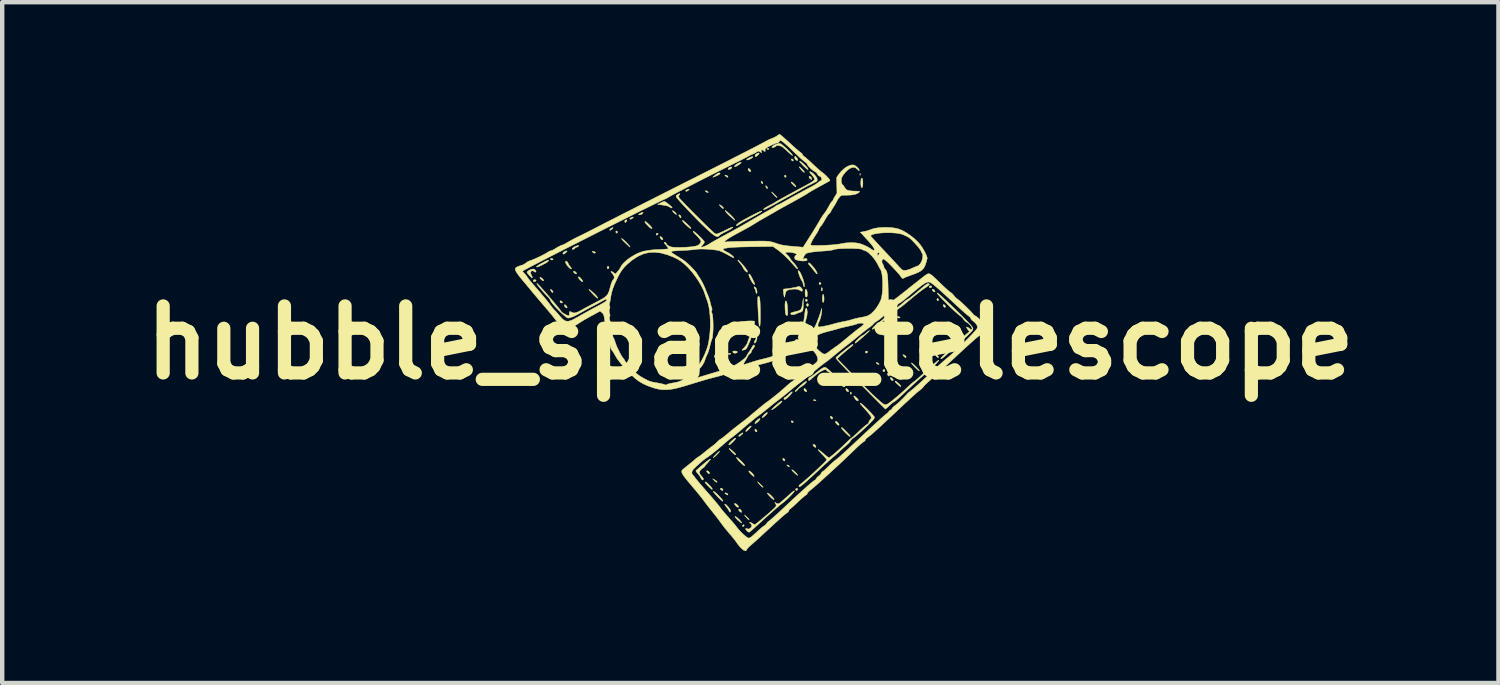
<source format=kicad_pcb>
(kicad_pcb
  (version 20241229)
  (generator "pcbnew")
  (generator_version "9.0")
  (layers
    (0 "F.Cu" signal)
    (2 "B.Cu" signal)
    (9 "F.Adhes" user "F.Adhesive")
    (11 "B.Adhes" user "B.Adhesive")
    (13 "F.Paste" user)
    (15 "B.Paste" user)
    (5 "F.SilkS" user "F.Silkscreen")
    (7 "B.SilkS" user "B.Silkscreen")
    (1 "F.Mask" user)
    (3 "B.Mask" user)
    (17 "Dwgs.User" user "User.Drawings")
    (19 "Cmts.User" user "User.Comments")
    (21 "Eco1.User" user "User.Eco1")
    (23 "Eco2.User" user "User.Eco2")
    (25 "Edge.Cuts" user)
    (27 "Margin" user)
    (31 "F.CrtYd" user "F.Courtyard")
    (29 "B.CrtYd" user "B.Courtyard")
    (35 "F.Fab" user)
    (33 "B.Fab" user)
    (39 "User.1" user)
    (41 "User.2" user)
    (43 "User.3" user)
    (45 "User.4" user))
  (footprint "hubble_space_telescope"
    (layer "F.Cu")
    (at 14.014 4.742)
    (property "Reference" "hubble_space_telescope" (at 0 0 0) (layer "F.SilkS") (effects (font (size 1.524 1.524) (thickness 0.3))))
    (attr through_hole)
    (fp_poly (pts (xy -4.493 -1.906) (xy -4.486 -1.892) (xy -4.498 -1.882) (xy -4.514 -1.88) (xy -4.54 -1.886) (xy -4.547 -1.9) (xy -4.537 -1.915) (xy -4.519 -1.915) (xy -4.493 -1.906)) (stroke (width 0.01) (type solid)) (fill yes) (layer "F.SilkS"))
    (fp_poly (pts (xy -3.026 -2.529) (xy -3.023 -2.515) (xy -3.029 -2.492) (xy -3.045 -2.492) (xy -3.052 -2.498) (xy -3.061 -2.518) (xy -3.053 -2.536) (xy -3.042 -2.54) (xy -3.026 -2.529)) (stroke (width 0.01) (type solid)) (fill yes) (layer "F.SilkS"))
    (fp_poly (pts (xy -2.097 -2.482) (xy -2.101 -2.465) (xy -2.113 -2.452) (xy -2.132 -2.444) (xy -2.14 -2.45) (xy -2.142 -2.472) (xy -2.125 -2.487) (xy -2.114 -2.489) (xy -2.097 -2.482)) (stroke (width 0.01) (type solid)) (fill yes) (layer "F.SilkS"))
    (fp_poly (pts (xy -0.452 0.246) (xy -0.445 0.254) (xy -0.455 0.264) (xy -0.476 0.267) (xy -0.5 0.262) (xy -0.508 0.254) (xy -0.497 0.244) (xy -0.476 0.241) (xy -0.452 0.246)) (stroke (width 0.01) (type solid)) (fill yes) (layer "F.SilkS"))
    (fp_poly (pts (xy 0.421 -4.412) (xy 0.425 -4.407) (xy 0.421 -4.398) (xy 0.4 -4.394) (xy 0.378 -4.398) (xy 0.375 -4.407) (xy 0.393 -4.419) (xy 0.4 -4.42) (xy 0.421 -4.412)) (stroke (width 0.01) (type solid)) (fill yes) (layer "F.SilkS"))
    (fp_poly (pts (xy 0.809 -3.799) (xy 0.813 -3.785) (xy 0.806 -3.762) (xy 0.791 -3.762) (xy 0.783 -3.768) (xy 0.775 -3.788) (xy 0.782 -3.806) (xy 0.794 -3.81) (xy 0.809 -3.799)) (stroke (width 0.01) (type solid)) (fill yes) (layer "F.SilkS"))
    (fp_poly (pts (xy 1.075 3.322) (xy 1.077 3.336) (xy 1.065 3.357) (xy 1.046 3.363) (xy 1.037 3.357) (xy 1.028 3.336) (xy 1.04 3.318) (xy 1.055 3.315) (xy 1.075 3.322)) (stroke (width 0.01) (type solid)) (fill yes) (layer "F.SilkS"))
    (fp_poly (pts (xy 1.467 1.299) (xy 1.486 1.308) (xy 1.494 1.317) (xy 1.481 1.32) (xy 1.47 1.321) (xy 1.445 1.317) (xy 1.435 1.308) (xy 1.445 1.297) (xy 1.467 1.299)) (stroke (width 0.01) (type solid)) (fill yes) (layer "F.SilkS"))
    (fp_poly (pts (xy 1.603 -1.357) (xy 1.607 -1.346) (xy 1.596 -1.328) (xy 1.584 -1.323) (xy 1.566 -1.328) (xy 1.562 -1.346) (xy 1.569 -1.367) (xy 1.584 -1.369) (xy 1.603 -1.357)) (stroke (width 0.01) (type solid)) (fill yes) (layer "F.SilkS"))
    (fp_poly (pts (xy 2.142 0.989) (xy 2.155 0.998) (xy 2.147 1.002) (xy 2.128 1.003) (xy 2.103 1.001) (xy 2.102 0.992) (xy 2.104 0.989) (xy 2.124 0.982) (xy 2.142 0.989)) (stroke (width 0.01) (type solid)) (fill yes) (layer "F.SilkS"))
    (fp_poly (pts (xy 2.298 1.142) (xy 2.299 1.149) (xy 2.291 1.171) (xy 2.286 1.175) (xy 2.277 1.17) (xy 2.273 1.149) (xy 2.277 1.127) (xy 2.286 1.124) (xy 2.298 1.142)) (stroke (width 0.01) (type solid)) (fill yes) (layer "F.SilkS"))
    (fp_poly (pts (xy 2.497 -3.847) (xy 2.498 -3.845) (xy 2.5 -3.817) (xy 2.498 -3.807) (xy 2.493 -3.806) (xy 2.492 -3.826) (xy 2.492 -3.829) (xy 2.494 -3.849) (xy 2.497 -3.847)) (stroke (width 0.01) (type solid)) (fill yes) (layer "F.SilkS"))
    (fp_poly (pts (xy 2.663 0.198) (xy 2.665 0.212) (xy 2.653 0.233) (xy 2.634 0.238) (xy 2.625 0.233) (xy 2.616 0.211) (xy 2.627 0.194) (xy 2.643 0.191) (xy 2.663 0.198)) (stroke (width 0.01) (type solid)) (fill yes) (layer "F.SilkS"))
    (fp_poly (pts (xy 3.057 0.62) (xy 3.061 0.635) (xy 3.052 0.655) (xy 3.032 0.66) (xy 3.016 0.648) (xy 3.015 0.626) (xy 3.031 0.612) (xy 3.042 0.61) (xy 3.057 0.62)) (stroke (width 0.01) (type solid)) (fill yes) (layer "F.SilkS"))
    (fp_poly (pts (xy 4.276 -0.993) (xy 4.28 -0.978) (xy 4.274 -0.956) (xy 4.258 -0.955) (xy 4.25 -0.961) (xy 4.242 -0.981) (xy 4.249 -0.999) (xy 4.261 -1.003) (xy 4.276 -0.993)) (stroke (width 0.01) (type solid)) (fill yes) (layer "F.SilkS"))
    (fp_poly (pts (xy -4.527 -1.205) (xy -4.515 -1.194) (xy -4.489 -1.165) (xy -4.485 -1.148) (xy -4.502 -1.143) (xy -4.521 -1.154) (xy -4.534 -1.176) (xy -4.545 -1.206) (xy -4.543 -1.216) (xy -4.527 -1.205)) (stroke (width 0.01) (type solid)) (fill yes) (layer "F.SilkS"))
    (fp_poly (pts (xy -3.222 -1.729) (xy -3.215 -1.709) (xy -3.217 -1.696) (xy -3.232 -1.678) (xy -3.248 -1.682) (xy -3.255 -1.693) (xy -3.255 -1.718) (xy -3.251 -1.728) (xy -3.236 -1.737) (xy -3.222 -1.729)) (stroke (width 0.01) (type solid)) (fill yes) (layer "F.SilkS"))
    (fp_poly (pts (xy -0.991 -3.448) (xy -0.971 -3.436) (xy -0.954 -3.422) (xy -0.958 -3.417) (xy -0.973 -3.417) (xy -1.003 -3.425) (xy -1.016 -3.435) (xy -1.023 -3.451) (xy -1.012 -3.455) (xy -0.991 -3.448)) (stroke (width 0.01) (type solid)) (fill yes) (layer "F.SilkS"))
    (fp_poly (pts (xy -0.815 3.119) (xy -0.778 3.143) (xy -0.758 3.162) (xy -0.756 3.173) (xy -0.764 3.175) (xy -0.784 3.166) (xy -0.811 3.145) (xy -0.82 3.135) (xy -0.857 3.095) (xy -0.815 3.119)) (stroke (width 0.01) (type solid)) (fill yes) (layer "F.SilkS"))
    (fp_poly (pts (xy -0.647 3.315) (xy -0.627 3.333) (xy -0.622 3.347) (xy -0.629 3.364) (xy -0.648 3.36) (xy -0.666 3.348) (xy -0.682 3.328) (xy -0.678 3.313) (xy -0.659 3.31) (xy -0.647 3.315)) (stroke (width 0.01) (type solid)) (fill yes) (layer "F.SilkS"))
    (fp_poly (pts (xy -0.535 -3.802) (xy -0.513 -3.784) (xy -0.508 -3.769) (xy -0.516 -3.76) (xy -0.539 -3.77) (xy -0.559 -3.785) (xy -0.579 -3.802) (xy -0.58 -3.808) (xy -0.565 -3.81) (xy -0.535 -3.802)) (stroke (width 0.01) (type solid)) (fill yes) (layer "F.SilkS"))
    (fp_poly (pts (xy -0.535 3.424) (xy -0.513 3.442) (xy -0.508 3.457) (xy -0.516 3.466) (xy -0.539 3.456) (xy -0.559 3.442) (xy -0.579 3.425) (xy -0.58 3.418) (xy -0.565 3.417) (xy -0.535 3.424)) (stroke (width 0.01) (type solid)) (fill yes) (layer "F.SilkS"))
    (fp_poly (pts (xy -0.141 4.151) (xy -0.14 4.159) (xy -0.15 4.175) (xy -0.167 4.178) (xy -0.185 4.176) (xy -0.181 4.164) (xy -0.178 4.159) (xy -0.159 4.143) (xy -0.151 4.14) (xy -0.141 4.151)) (stroke (width 0.01) (type solid)) (fill yes) (layer "F.SilkS"))
    (fp_poly (pts (xy 0.132 1.979) (xy 0.148 2) (xy 0.152 2.015) (xy 0.145 2.031) (xy 0.127 2.026) (xy 0.117 2.017) (xy 0.104 1.996) (xy 0.103 1.976) (xy 0.112 1.968) (xy 0.132 1.979)) (stroke (width 0.01) (type solid)) (fill yes) (layer "F.SilkS"))
    (fp_poly (pts (xy 0.269 -3.661) (xy 0.281 -3.64) (xy 0.284 -3.62) (xy 0.28 -3.614) (xy 0.266 -3.617) (xy 0.255 -3.631) (xy 0.243 -3.658) (xy 0.246 -3.669) (xy 0.254 -3.67) (xy 0.269 -3.661)) (stroke (width 0.01) (type solid)) (fill yes) (layer "F.SilkS"))
    (fp_poly (pts (xy 0.767 2.639) (xy 0.783 2.661) (xy 0.787 2.676) (xy 0.78 2.691) (xy 0.762 2.686) (xy 0.752 2.677) (xy 0.739 2.656) (xy 0.738 2.637) (xy 0.747 2.629) (xy 0.767 2.639)) (stroke (width 0.01) (type solid)) (fill yes) (layer "F.SilkS"))
    (fp_poly (pts (xy 0.968 -4.166) (xy 0.978 -4.147) (xy 0.978 -4.147) (xy 0.971 -4.129) (xy 0.955 -4.133) (xy 0.94 -4.147) (xy 0.93 -4.166) (xy 0.931 -4.174) (xy 0.949 -4.177) (xy 0.968 -4.166)) (stroke (width 0.01) (type solid)) (fill yes) (layer "F.SilkS"))
    (fp_poly (pts (xy 1.291 -0.981) (xy 1.295 -0.959) (xy 1.289 -0.939) (xy 1.284 -0.934) (xy 1.268 -0.937) (xy 1.258 -0.946) (xy 1.249 -0.97) (xy 1.261 -0.987) (xy 1.277 -0.991) (xy 1.291 -0.981)) (stroke (width 0.01) (type solid)) (fill yes) (layer "F.SilkS"))
    (fp_poly (pts (xy 1.317 -0.878) (xy 1.321 -0.857) (xy 1.314 -0.834) (xy 1.298 -0.825) (xy 1.283 -0.835) (xy 1.28 -0.841) (xy 1.278 -0.869) (xy 1.293 -0.887) (xy 1.303 -0.889) (xy 1.317 -0.878)) (stroke (width 0.01) (type solid)) (fill yes) (layer "F.SilkS"))
    (fp_poly (pts (xy 3.008 -0.224) (xy 3.02 -0.208) (xy 3.027 -0.186) (xy 3.027 -0.169) (xy 3.022 -0.165) (xy 3.008 -0.175) (xy 2.997 -0.192) (xy 2.988 -0.217) (xy 2.994 -0.228) (xy 3.008 -0.224)) (stroke (width 0.01) (type solid)) (fill yes) (layer "F.SilkS"))
    (fp_poly (pts (xy 4.115 -1.287) (xy 4.125 -1.273) (xy 4.124 -1.267) (xy 4.109 -1.25) (xy 4.085 -1.248) (xy 4.07 -1.258) (xy 4.07 -1.278) (xy 4.074 -1.285) (xy 4.094 -1.293) (xy 4.115 -1.287)) (stroke (width 0.01) (type solid)) (fill yes) (layer "F.SilkS"))
    (fp_poly (pts (xy -4.89 -1.429) (xy -4.872 -1.419) (xy -4.875 -1.405) (xy -4.878 -1.402) (xy -4.902 -1.386) (xy -4.926 -1.389) (xy -4.935 -1.398) (xy -4.936 -1.417) (xy -4.92 -1.43) (xy -4.893 -1.43) (xy -4.89 -1.429)) (stroke (width 0.01) (type solid)) (fill yes) (layer "F.SilkS"))
    (fp_poly (pts (xy -3.553 -2.071) (xy -3.532 -2.059) (xy -3.523 -2.047) (xy -3.524 -2.045) (xy -3.539 -2.033) (xy -3.56 -2.04) (xy -3.576 -2.05) (xy -3.592 -2.066) (xy -3.593 -2.076) (xy -3.577 -2.078) (xy -3.553 -2.071)) (stroke (width 0.01) (type solid)) (fill yes) (layer "F.SilkS"))
    (fp_poly (pts (xy -3.119 -2.61) (xy -3.135 -2.592) (xy -3.143 -2.585) (xy -3.177 -2.56) (xy -3.195 -2.554) (xy -3.2 -2.565) (xy -3.19 -2.581) (xy -3.166 -2.6) (xy -3.139 -2.613) (xy -3.125 -2.616) (xy -3.119 -2.61)) (stroke (width 0.01) (type solid)) (fill yes) (layer "F.SilkS"))
    (fp_poly (pts (xy -2.812 -2.79) (xy -2.81 -2.789) (xy -2.809 -2.772) (xy -2.821 -2.751) (xy -2.839 -2.735) (xy -2.843 -2.733) (xy -2.854 -2.74) (xy -2.857 -2.755) (xy -2.849 -2.779) (xy -2.831 -2.793) (xy -2.812 -2.79)) (stroke (width 0.01) (type solid)) (fill yes) (layer "F.SilkS"))
    (fp_poly (pts (xy -2.438 -2.954) (xy -2.449 -2.936) (xy -2.474 -2.919) (xy -2.504 -2.909) (xy -2.512 -2.909) (xy -2.546 -2.909) (xy -2.516 -2.934) (xy -2.491 -2.949) (xy -2.464 -2.959) (xy -2.444 -2.96) (xy -2.438 -2.954)) (stroke (width 0.01) (type solid)) (fill yes) (layer "F.SilkS"))
    (fp_poly (pts (xy -2.026 -2.405) (xy -2.005 -2.385) (xy -1.99 -2.363) (xy -1.988 -2.349) (xy -2.005 -2.337) (xy -2.026 -2.351) (xy -2.038 -2.365) (xy -2.055 -2.396) (xy -2.053 -2.411) (xy -2.045 -2.413) (xy -2.026 -2.405)) (stroke (width 0.01) (type solid)) (fill yes) (layer "F.SilkS"))
    (fp_poly (pts (xy -1.604 -2.902) (xy -1.585 -2.883) (xy -1.576 -2.857) (xy -1.577 -2.85) (xy -1.582 -2.837) (xy -1.592 -2.842) (xy -1.611 -2.864) (xy -1.628 -2.892) (xy -1.627 -2.906) (xy -1.625 -2.906) (xy -1.604 -2.902)) (stroke (width 0.01) (type solid)) (fill yes) (layer "F.SilkS"))
    (fp_poly (pts (xy -0.972 2.916) (xy -0.949 2.931) (xy -0.931 2.953) (xy -0.927 2.967) (xy -0.933 2.983) (xy -0.952 2.977) (xy -0.977 2.954) (xy -0.995 2.929) (xy -0.991 2.915) (xy -0.991 2.915) (xy -0.972 2.916)) (stroke (width 0.01) (type solid)) (fill yes) (layer "F.SilkS"))
    (fp_poly (pts (xy -0.224 3.797) (xy -0.202 3.831) (xy -0.199 3.839) (xy -0.197 3.857) (xy -0.211 3.858) (xy -0.238 3.841) (xy -0.26 3.819) (xy -0.266 3.799) (xy -0.257 3.786) (xy -0.249 3.785) (xy -0.224 3.797)) (stroke (width 0.01) (type solid)) (fill yes) (layer "F.SilkS"))
    (fp_poly (pts (xy 0.038 -0.298) (xy 0.048 -0.281) (xy 0.051 -0.26) (xy 0.046 -0.234) (xy 0.038 -0.222) (xy 0.029 -0.228) (xy 0.026 -0.254) (xy 0.025 -0.26) (xy 0.028 -0.29) (xy 0.036 -0.299) (xy 0.038 -0.298)) (stroke (width 0.01) (type solid)) (fill yes) (layer "F.SilkS"))
    (fp_poly (pts (xy 0.362 -3.565) (xy 0.377 -3.548) (xy 0.39 -3.528) (xy 0.394 -3.515) (xy 0.387 -3.505) (xy 0.373 -3.51) (xy 0.359 -3.528) (xy 0.357 -3.534) (xy 0.35 -3.558) (xy 0.352 -3.569) (xy 0.362 -3.565)) (stroke (width 0.01) (type solid)) (fill yes) (layer "F.SilkS"))
    (fp_poly (pts (xy 0.86 2.788) (xy 0.879 2.804) (xy 0.888 2.82) (xy 0.886 2.826) (xy 0.873 2.824) (xy 0.851 2.808) (xy 0.85 2.807) (xy 0.831 2.79) (xy 0.833 2.783) (xy 0.84 2.782) (xy 0.86 2.788)) (stroke (width 0.01) (type solid)) (fill yes) (layer "F.SilkS"))
    (fp_poly (pts (xy 0.955 1.78) (xy 0.972 1.791) (xy 0.972 1.792) (xy 0.974 1.811) (xy 0.961 1.82) (xy 0.943 1.814) (xy 0.942 1.814) (xy 0.929 1.795) (xy 0.927 1.788) (xy 0.936 1.779) (xy 0.955 1.78)) (stroke (width 0.01) (type solid)) (fill yes) (layer "F.SilkS"))
    (fp_poly (pts (xy 1.626 -1.251) (xy 1.636 -1.233) (xy 1.638 -1.213) (xy 1.634 -1.186) (xy 1.626 -1.175) (xy 1.617 -1.18) (xy 1.613 -1.206) (xy 1.613 -1.213) (xy 1.616 -1.242) (xy 1.624 -1.252) (xy 1.626 -1.251)) (stroke (width 0.01) (type solid)) (fill yes) (layer "F.SilkS"))
    (fp_poly (pts (xy 1.853 1.685) (xy 1.869 1.705) (xy 1.874 1.726) (xy 1.871 1.732) (xy 1.851 1.739) (xy 1.832 1.72) (xy 1.829 1.715) (xy 1.818 1.689) (xy 1.821 1.678) (xy 1.835 1.676) (xy 1.853 1.685)) (stroke (width 0.01) (type solid)) (fill yes) (layer "F.SilkS"))
    (fp_poly (pts (xy 2.885 0.454) (xy 2.91 0.469) (xy 2.91 0.47) (xy 2.928 0.487) (xy 2.925 0.494) (xy 2.92 0.495) (xy 2.894 0.488) (xy 2.877 0.478) (xy 2.863 0.462) (xy 2.867 0.453) (xy 2.885 0.454)) (stroke (width 0.01) (type solid)) (fill yes) (layer "F.SilkS"))
    (fp_poly (pts (xy 3.149 0.708) (xy 3.164 0.727) (xy 3.169 0.748) (xy 3.166 0.754) (xy 3.147 0.761) (xy 3.128 0.743) (xy 3.125 0.737) (xy 3.113 0.711) (xy 3.117 0.7) (xy 3.13 0.699) (xy 3.149 0.708)) (stroke (width 0.01) (type solid)) (fill yes) (layer "F.SilkS"))
    (fp_poly (pts (xy 3.266 0.045) (xy 3.284 0.057) (xy 3.301 0.071) (xy 3.297 0.075) (xy 3.282 0.076) (xy 3.256 0.072) (xy 3.247 0.068) (xy 3.239 0.05) (xy 3.245 0.039) (xy 3.249 0.038) (xy 3.266 0.045)) (stroke (width 0.01) (type solid)) (fill yes) (layer "F.SilkS"))
    (fp_poly (pts (xy 3.384 -0.588) (xy 3.401 -0.576) (xy 3.404 -0.571) (xy 3.394 -0.561) (xy 3.372 -0.56) (xy 3.352 -0.567) (xy 3.346 -0.572) (xy 3.342 -0.589) (xy 3.344 -0.593) (xy 3.361 -0.595) (xy 3.384 -0.588)) (stroke (width 0.01) (type solid)) (fill yes) (layer "F.SilkS"))
    (fp_poly (pts (xy 3.488 0.277) (xy 3.505 0.286) (xy 3.531 0.304) (xy 3.543 0.323) (xy 3.543 0.324) (xy 3.537 0.341) (xy 3.519 0.336) (xy 3.495 0.314) (xy 3.472 0.286) (xy 3.47 0.274) (xy 3.488 0.277)) (stroke (width 0.01) (type solid)) (fill yes) (layer "F.SilkS"))
    (fp_poly (pts (xy 3.97 0.004) (xy 3.975 0.012) (xy 3.986 0.041) (xy 3.981 0.051) (xy 3.957 0.043) (xy 3.947 0.037) (xy 3.928 0.018) (xy 3.924 0.006) (xy 3.932 -0.01) (xy 3.95 -0.01) (xy 3.97 0.004)) (stroke (width 0.01) (type solid)) (fill yes) (layer "F.SilkS"))
    (fp_poly (pts (xy 4.068 0.122) (xy 4.073 0.125) (xy 4.102 0.145) (xy 4.118 0.166) (xy 4.119 0.181) (xy 4.117 0.183) (xy 4.101 0.18) (xy 4.087 0.168) (xy 4.062 0.137) (xy 4.056 0.121) (xy 4.068 0.122)) (stroke (width 0.01) (type solid)) (fill yes) (layer "F.SilkS"))
    (fp_poly (pts (xy 4.159 -1.213) (xy 4.18 -1.198) (xy 4.196 -1.178) (xy 4.199 -1.159) (xy 4.196 -1.156) (xy 4.179 -1.153) (xy 4.154 -1.173) (xy 4.136 -1.198) (xy 4.139 -1.212) (xy 4.141 -1.213) (xy 4.159 -1.213)) (stroke (width 0.01) (type solid)) (fill yes) (layer "F.SilkS"))
    (fp_poly (pts (xy 4.275 -0.441) (xy 4.279 -0.423) (xy 4.268 -0.403) (xy 4.249 -0.394) (xy 4.249 -0.394) (xy 4.231 -0.4) (xy 4.229 -0.405) (xy 4.237 -0.421) (xy 4.255 -0.436) (xy 4.272 -0.442) (xy 4.275 -0.441)) (stroke (width 0.01) (type solid)) (fill yes) (layer "F.SilkS"))
    (fp_poly (pts (xy 4.419 -0.855) (xy 4.434 -0.835) (xy 4.439 -0.814) (xy 4.436 -0.808) (xy 4.417 -0.801) (xy 4.398 -0.82) (xy 4.395 -0.825) (xy 4.383 -0.851) (xy 4.387 -0.862) (xy 4.4 -0.864) (xy 4.419 -0.855)) (stroke (width 0.01) (type solid)) (fill yes) (layer "F.SilkS"))
    (fp_poly (pts (xy -4.288 -0.939) (xy -4.272 -0.92) (xy -4.27 -0.917) (xy -4.274 -0.905) (xy -4.292 -0.902) (xy -4.313 -0.908) (xy -4.326 -0.921) (xy -4.326 -0.921) (xy -4.328 -0.943) (xy -4.325 -0.949) (xy -4.309 -0.951) (xy -4.288 -0.939)) (stroke (width 0.01) (type solid)) (fill yes) (layer "F.SilkS"))
    (fp_poly (pts (xy -4.201 -0.854) (xy -4.181 -0.832) (xy -4.167 -0.81) (xy -4.166 -0.802) (xy -4.173 -0.789) (xy -4.192 -0.793) (xy -4.209 -0.807) (xy -4.224 -0.83) (xy -4.229 -0.852) (xy -4.221 -0.863) (xy -4.218 -0.864) (xy -4.201 -0.854)) (stroke (width 0.01) (type solid)) (fill yes) (layer "F.SilkS"))
    (fp_poly (pts (xy -3.989 -1.617) (xy -3.966 -1.597) (xy -3.951 -1.577) (xy -3.95 -1.571) (xy -3.958 -1.562) (xy -3.978 -1.566) (xy -4.001 -1.581) (xy -4.005 -1.585) (xy -4.023 -1.611) (xy -4.021 -1.624) (xy -4.009 -1.626) (xy -3.989 -1.617)) (stroke (width 0.01) (type solid)) (fill yes) (layer "F.SilkS"))
    (fp_poly (pts (xy -2.66 -2.851) (xy -2.671 -2.838) (xy -2.691 -2.822) (xy -2.712 -2.81) (xy -2.726 -2.807) (xy -2.742 -2.813) (xy -2.743 -2.817) (xy -2.733 -2.83) (xy -2.708 -2.844) (xy -2.68 -2.854) (xy -2.663 -2.857) (xy -2.66 -2.851)) (stroke (width 0.01) (type solid)) (fill yes) (layer "F.SilkS"))
    (fp_poly (pts (xy -1.39 -3.486) (xy -1.401 -3.473) (xy -1.421 -3.457) (xy -1.442 -3.445) (xy -1.456 -3.442) (xy -1.472 -3.448) (xy -1.473 -3.452) (xy -1.463 -3.465) (xy -1.438 -3.479) (xy -1.41 -3.489) (xy -1.393 -3.492) (xy -1.39 -3.486)) (stroke (width 0.01) (type solid)) (fill yes) (layer "F.SilkS"))
    (fp_poly (pts (xy -0.689 -3.855) (xy -0.69 -3.842) (xy -0.711 -3.823) (xy -0.747 -3.803) (xy -0.792 -3.783) (xy -0.798 -3.781) (xy -0.857 -3.76) (xy -0.806 -3.804) (xy -0.763 -3.837) (xy -0.725 -3.856) (xy -0.697 -3.86) (xy -0.689 -3.855)) (stroke (width 0.01) (type solid)) (fill yes) (layer "F.SilkS"))
    (fp_poly (pts (xy -0.609 0.273) (xy -0.592 0.286) (xy -0.591 0.292) (xy -0.601 0.308) (xy -0.625 0.315) (xy -0.653 0.312) (xy -0.672 0.299) (xy -0.682 0.282) (xy -0.67 0.273) (xy -0.669 0.272) (xy -0.638 0.267) (xy -0.609 0.273)) (stroke (width 0.01) (type solid)) (fill yes) (layer "F.SilkS"))
    (fp_poly (pts (xy -0.419 -3.982) (xy -0.433 -3.962) (xy -0.441 -3.955) (xy -0.467 -3.942) (xy -0.492 -3.938) (xy -0.507 -3.944) (xy -0.508 -3.948) (xy -0.497 -3.968) (xy -0.467 -3.986) (xy -0.448 -3.993) (xy -0.425 -3.994) (xy -0.419 -3.982)) (stroke (width 0.01) (type solid)) (fill yes) (layer "F.SilkS"))
    (fp_poly (pts (xy -0.022 -3.953) (xy -0.002 -3.931) (xy 0.011 -3.908) (xy 0.013 -3.901) (xy 0.006 -3.888) (xy -0.015 -3.892) (xy -0.029 -3.9) (xy -0.044 -3.917) (xy -0.051 -3.94) (xy -0.048 -3.958) (xy -0.04 -3.962) (xy -0.022 -3.953)) (stroke (width 0.01) (type solid)) (fill yes) (layer "F.SilkS"))
    (fp_poly (pts (xy 1.248 1.051) (xy 1.268 1.073) (xy 1.281 1.095) (xy 1.283 1.103) (xy 1.276 1.116) (xy 1.255 1.111) (xy 1.241 1.104) (xy 1.226 1.087) (xy 1.219 1.064) (xy 1.222 1.046) (xy 1.23 1.041) (xy 1.248 1.051)) (stroke (width 0.01) (type solid)) (fill yes) (layer "F.SilkS"))
    (fp_poly (pts (xy 2.2 1.051) (xy 2.22 1.073) (xy 2.234 1.095) (xy 2.235 1.103) (xy 2.229 1.116) (xy 2.208 1.111) (xy 2.194 1.104) (xy 2.179 1.087) (xy 2.172 1.064) (xy 2.174 1.046) (xy 2.182 1.041) (xy 2.2 1.051)) (stroke (width 0.01) (type solid)) (fill yes) (layer "F.SilkS"))
    (fp_poly (pts (xy 3.203 0.797) (xy 3.225 0.813) (xy 3.244 0.834) (xy 3.251 0.851) (xy 3.242 0.862) (xy 3.223 0.861) (xy 3.204 0.848) (xy 3.204 0.848) (xy 3.184 0.817) (xy 3.182 0.8) (xy 3.187 0.794) (xy 3.203 0.797)) (stroke (width 0.01) (type solid)) (fill yes) (layer "F.SilkS"))
    (fp_poly (pts (xy 4.191 0.247) (xy 4.238 0.278) (xy 4.269 0.305) (xy 4.28 0.325) (xy 4.274 0.341) (xy 4.257 0.336) (xy 4.234 0.314) (xy 4.208 0.284) (xy 4.19 0.261) (xy 4.179 0.244) (xy 4.183 0.243) (xy 4.191 0.247)) (stroke (width 0.01) (type solid)) (fill yes) (layer "F.SilkS"))
    (fp_poly (pts (xy 4.338 -0.348) (xy 4.362 -0.329) (xy 4.386 -0.306) (xy 4.402 -0.285) (xy 4.404 -0.272) (xy 4.391 -0.276) (xy 4.367 -0.293) (xy 4.348 -0.31) (xy 4.321 -0.338) (xy 4.314 -0.353) (xy 4.319 -0.355) (xy 4.338 -0.348)) (stroke (width 0.01) (type solid)) (fill yes) (layer "F.SilkS"))
    (fp_poly (pts (xy -4.756 -1.477) (xy -4.731 -1.457) (xy -4.71 -1.434) (xy -4.701 -1.414) (xy -4.701 -1.411) (xy -4.711 -1.405) (xy -4.735 -1.419) (xy -4.747 -1.428) (xy -4.777 -1.457) (xy -4.788 -1.477) (xy -4.779 -1.486) (xy -4.776 -1.486) (xy -4.756 -1.477)) (stroke (width 0.01) (type solid)) (fill yes) (layer "F.SilkS"))
    (fp_poly (pts (xy -4.167 -2.081) (xy -4.181 -2.061) (xy -4.194 -2.049) (xy -4.227 -2.022) (xy -4.248 -2.012) (xy -4.261 -2.019) (xy -4.261 -2.02) (xy -4.261 -2.041) (xy -4.24 -2.062) (xy -4.203 -2.081) (xy -4.203 -2.081) (xy -4.175 -2.088) (xy -4.167 -2.081)) (stroke (width 0.01) (type solid)) (fill yes) (layer "F.SilkS"))
    (fp_poly (pts (xy -1.755 -2.997) (xy -1.732 -2.981) (xy -1.707 -2.958) (xy -1.687 -2.934) (xy -1.678 -2.917) (xy -1.679 -2.914) (xy -1.692 -2.917) (xy -1.717 -2.934) (xy -1.735 -2.95) (xy -1.759 -2.976) (xy -1.771 -2.995) (xy -1.769 -3.001) (xy -1.755 -2.997)) (stroke (width 0.01) (type solid)) (fill yes) (layer "F.SilkS"))
    (fp_poly (pts (xy -0.683 -3.129) (xy -0.657 -3.11) (xy -0.63 -3.087) (xy -0.613 -3.067) (xy -0.61 -3.06) (xy -0.616 -3.048) (xy -0.636 -3.058) (xy -0.67 -3.089) (xy -0.673 -3.092) (xy -0.695 -3.118) (xy -0.704 -3.134) (xy -0.702 -3.137) (xy -0.683 -3.129)) (stroke (width 0.01) (type solid)) (fill yes) (layer "F.SilkS"))
    (fp_poly (pts (xy 0.195 -0.307) (xy 0.206 -0.281) (xy 0.209 -0.25) (xy 0.207 -0.243) (xy 0.193 -0.221) (xy 0.174 -0.217) (xy 0.157 -0.234) (xy 0.157 -0.235) (xy 0.154 -0.26) (xy 0.159 -0.29) (xy 0.169 -0.312) (xy 0.178 -0.318) (xy 0.195 -0.307)) (stroke (width 0.01) (type solid)) (fill yes) (layer "F.SilkS"))
    (fp_poly (pts (xy 0.201 -4.302) (xy 0.184 -4.277) (xy 0.17 -4.263) (xy 0.141 -4.237) (xy 0.122 -4.23) (xy 0.108 -4.241) (xy 0.107 -4.243) (xy 0.109 -4.261) (xy 0.127 -4.284) (xy 0.156 -4.304) (xy 0.175 -4.311) (xy 0.198 -4.314) (xy 0.201 -4.302)) (stroke (width 0.01) (type solid)) (fill yes) (layer "F.SilkS"))
    (fp_poly (pts (xy 0.953 -3.644) (xy 0.989 -3.614) (xy 1.014 -3.588) (xy 1.031 -3.563) (xy 1.036 -3.547) (xy 1.031 -3.543) (xy 1.017 -3.552) (xy 0.991 -3.573) (xy 0.974 -3.59) (xy 0.941 -3.626) (xy 0.927 -3.648) (xy 0.932 -3.654) (xy 0.953 -3.644)) (stroke (width 0.01) (type solid)) (fill yes) (layer "F.SilkS"))
    (fp_poly (pts (xy 1.028 -4.234) (xy 1.049 -4.213) (xy 1.069 -4.184) (xy 1.079 -4.161) (xy 1.079 -4.159) (xy 1.072 -4.142) (xy 1.054 -4.143) (xy 1.032 -4.159) (xy 1.021 -4.172) (xy 1.008 -4.203) (xy 1.009 -4.226) (xy 1.017 -4.238) (xy 1.028 -4.234)) (stroke (width 0.01) (type solid)) (fill yes) (layer "F.SilkS"))
    (fp_poly (pts (xy 1.366 -3.775) (xy 1.386 -3.752) (xy 1.397 -3.729) (xy 1.397 -3.727) (xy 1.396 -3.712) (xy 1.387 -3.711) (xy 1.366 -3.725) (xy 1.362 -3.728) (xy 1.342 -3.748) (xy 1.333 -3.769) (xy 1.339 -3.783) (xy 1.345 -3.785) (xy 1.366 -3.775)) (stroke (width 0.01) (type solid)) (fill yes) (layer "F.SilkS"))
    (fp_poly (pts (xy 1.442 2.316) (xy 1.462 2.323) (xy 1.467 2.324) (xy 1.476 2.334) (xy 1.485 2.349) (xy 1.492 2.373) (xy 1.482 2.382) (xy 1.461 2.373) (xy 1.448 2.363) (xy 1.428 2.337) (xy 1.423 2.32) (xy 1.434 2.314) (xy 1.442 2.316)) (stroke (width 0.01) (type solid)) (fill yes) (layer "F.SilkS"))
    (fp_poly (pts (xy 1.967 1.8) (xy 1.991 1.822) (xy 2.011 1.848) (xy 2.019 1.869) (xy 2.012 1.879) (xy 1.991 1.873) (xy 1.963 1.85) (xy 1.962 1.848) (xy 1.937 1.818) (xy 1.932 1.798) (xy 1.947 1.791) (xy 1.949 1.791) (xy 1.967 1.8)) (stroke (width 0.01) (type solid)) (fill yes) (layer "F.SilkS"))
    (fp_poly (pts (xy -3.885 -1.49) (xy -3.862 -1.467) (xy -3.837 -1.439) (xy -3.818 -1.413) (xy -3.81 -1.397) (xy -3.817 -1.385) (xy -3.837 -1.394) (xy -3.87 -1.423) (xy -3.872 -1.425) (xy -3.899 -1.457) (xy -3.911 -1.483) (xy -3.907 -1.497) (xy -3.9 -1.499) (xy -3.885 -1.49)) (stroke (width 0.01) (type solid)) (fill yes) (layer "F.SilkS"))
    (fp_poly (pts (xy -0.327 3.666) (xy -0.3 3.687) (xy -0.277 3.712) (xy -0.267 3.733) (xy -0.267 3.733) (xy -0.274 3.745) (xy -0.297 3.739) (xy -0.306 3.734) (xy -0.328 3.714) (xy -0.348 3.69) (xy -0.361 3.667) (xy -0.359 3.659) (xy -0.349 3.658) (xy -0.327 3.666)) (stroke (width 0.01) (type solid)) (fill yes) (layer "F.SilkS"))
    (fp_poly (pts (xy -0.316 0.195) (xy -0.298 0.204) (xy -0.298 0.205) (xy -0.297 0.222) (xy -0.314 0.234) (xy -0.341 0.24) (xy -0.369 0.238) (xy -0.391 0.226) (xy -0.392 0.224) (xy -0.4 0.206) (xy -0.398 0.199) (xy -0.378 0.192) (xy -0.346 0.191) (xy -0.316 0.195)) (stroke (width 0.01) (type solid)) (fill yes) (layer "F.SilkS"))
    (fp_poly (pts (xy -0.166 2.052) (xy -0.171 2.064) (xy -0.189 2.083) (xy -0.214 2.106) (xy -0.239 2.125) (xy -0.256 2.133) (xy -0.258 2.134) (xy -0.265 2.124) (xy -0.264 2.118) (xy -0.251 2.101) (xy -0.227 2.081) (xy -0.199 2.063) (xy -0.176 2.052) (xy -0.166 2.052)) (stroke (width 0.01) (type solid)) (fill yes) (layer "F.SilkS"))
    (fp_poly (pts (xy -0.12 3.93) (xy -0.092 3.956) (xy -0.059 3.987) (xy -0.036 4.01) (xy -0.026 4.022) (xy -0.025 4.022) (xy -0.033 4.027) (xy -0.052 4.015) (xy -0.077 3.992) (xy -0.077 3.991) (xy -0.112 3.951) (xy -0.131 3.927) (xy -0.134 3.92) (xy -0.12 3.93)) (stroke (width 0.01) (type solid)) (fill yes) (layer "F.SilkS"))
    (fp_poly (pts (xy -0.001 2.931) (xy 0.017 2.946) (xy 0.054 2.983) (xy 0.078 3.014) (xy 0.087 3.037) (xy 0.084 3.044) (xy 0.072 3.04) (xy 0.048 3.021) (xy 0.018 2.994) (xy -0.014 2.96) (xy -0.032 2.934) (xy -0.036 2.918) (xy -0.026 2.917) (xy -0.001 2.931)) (stroke (width 0.01) (type solid)) (fill yes) (layer "F.SilkS"))
    (fp_poly (pts (xy 0.059 -4.224) (xy 0.051 -4.211) (xy 0.025 -4.192) (xy -0.000356 -4.178) (xy -0.039 -4.161) (xy -0.068 -4.154) (xy -0.084 -4.156) (xy -0.082 -4.166) (xy -0.065 -4.181) (xy -0.033 -4.2) (xy 0.004 -4.217) (xy 0.035 -4.228) (xy 0.045 -4.229) (xy 0.059 -4.224)) (stroke (width 0.01) (type solid)) (fill yes) (layer "F.SilkS"))
    (fp_poly (pts (xy 2.869 -0.388) (xy 2.863 -0.37) (xy 2.835 -0.339) (xy 2.835 -0.339) (xy 2.808 -0.317) (xy 2.786 -0.306) (xy 2.773 -0.306) (xy 2.776 -0.321) (xy 2.776 -0.321) (xy 2.798 -0.351) (xy 2.824 -0.377) (xy 2.847 -0.392) (xy 2.853 -0.394) (xy 2.869 -0.388)) (stroke (width 0.01) (type solid)) (fill yes) (layer "F.SilkS"))
    (fp_poly (pts (xy 3.319 0.885) (xy 3.347 0.906) (xy 3.377 0.933) (xy 3.404 0.961) (xy 3.417 0.98) (xy 3.424 0.999) (xy 3.415 1) (xy 3.39 0.983) (xy 3.349 0.948) (xy 3.312 0.912) (xy 3.293 0.89) (xy 3.291 0.879) (xy 3.302 0.876) (xy 3.319 0.885)) (stroke (width 0.01) (type solid)) (fill yes) (layer "F.SilkS"))
    (fp_poly (pts (xy -0.475 2.408) (xy -0.45 2.426) (xy -0.419 2.452) (xy -0.381 2.486) (xy -0.352 2.515) (xy -0.335 2.535) (xy -0.333 2.538) (xy -0.333 2.552) (xy -0.348 2.548) (xy -0.376 2.527) (xy -0.413 2.492) (xy -0.453 2.45) (xy -0.476 2.421) (xy -0.484 2.407) (xy -0.475 2.408)) (stroke (width 0.01) (type solid)) (fill yes) (layer "F.SilkS"))
    (fp_poly (pts (xy -0.208 -4.092) (xy -0.223 -4.076) (xy -0.25 -4.055) (xy -0.283 -4.033) (xy -0.315 -4.014) (xy -0.341 -4.003) (xy -0.352 -4) (xy -0.363 -4.003) (xy -0.358 -4.016) (xy -0.344 -4.032) (xy -0.31 -4.06) (xy -0.27 -4.083) (xy -0.232 -4.098) (xy -0.208 -4.1) (xy -0.208 -4.092)) (stroke (width 0.01) (type solid)) (fill yes) (layer "F.SilkS"))
    (fp_poly (pts (xy 0.15 -0.129) (xy 0.152 -0.101) (xy 0.145 -0.064) (xy 0.134 -0.031) (xy 0.117 -0.001) (xy 0.101 0.012) (xy 0.091 0.005) (xy 0.089 -0.011) (xy 0.098 -0.039) (xy 0.108 -0.051) (xy 0.122 -0.075) (xy 0.127 -0.103) (xy 0.131 -0.129) (xy 0.14 -0.14) (xy 0.15 -0.129)) (stroke (width 0.01) (type solid)) (fill yes) (layer "F.SilkS"))
    (fp_poly (pts (xy 0.172 3.169) (xy 0.198 3.192) (xy 0.213 3.206) (xy 0.249 3.241) (xy 0.276 3.268) (xy 0.291 3.284) (xy 0.292 3.286) (xy 0.285 3.29) (xy 0.265 3.278) (xy 0.237 3.252) (xy 0.234 3.248) (xy 0.194 3.204) (xy 0.171 3.175) (xy 0.163 3.164) (xy 0.172 3.169)) (stroke (width 0.01) (type solid)) (fill yes) (layer "F.SilkS"))
    (fp_poly (pts (xy 0.221 1.73) (xy 0.22 1.74) (xy 0.204 1.764) (xy 0.18 1.792) (xy 0.15 1.818) (xy 0.122 1.837) (xy 0.108 1.841) (xy 0.102 1.832) (xy 0.102 1.83) (xy 0.111 1.811) (xy 0.133 1.784) (xy 0.162 1.757) (xy 0.19 1.735) (xy 0.209 1.727) (xy 0.221 1.73)) (stroke (width 0.01) (type solid)) (fill yes) (layer "F.SilkS"))
    (fp_poly (pts (xy 0.389 1.591) (xy 0.386 1.604) (xy 0.369 1.628) (xy 0.343 1.656) (xy 0.314 1.682) (xy 0.304 1.689) (xy 0.28 1.704) (xy 0.267 1.705) (xy 0.267 1.704) (xy 0.275 1.683) (xy 0.296 1.656) (xy 0.324 1.627) (xy 0.353 1.604) (xy 0.376 1.59) (xy 0.389 1.591)) (stroke (width 0.01) (type solid)) (fill yes) (layer "F.SilkS"))
    (fp_poly (pts (xy 0.49 -3.422) (xy 0.516 -3.399) (xy 0.531 -3.385) (xy 0.566 -3.35) (xy 0.593 -3.323) (xy 0.608 -3.308) (xy 0.61 -3.306) (xy 0.602 -3.301) (xy 0.582 -3.313) (xy 0.555 -3.34) (xy 0.552 -3.343) (xy 0.512 -3.388) (xy 0.488 -3.416) (xy 0.481 -3.428) (xy 0.49 -3.422)) (stroke (width 0.01) (type solid)) (fill yes) (layer "F.SilkS"))
    (fp_poly (pts (xy 1.272 -1.21) (xy 1.284 -1.187) (xy 1.293 -1.149) (xy 1.295 -1.106) (xy 1.292 -1.059) (xy 1.283 -1.037) (xy 1.267 -1.038) (xy 1.259 -1.044) (xy 1.251 -1.064) (xy 1.246 -1.099) (xy 1.245 -1.14) (xy 1.247 -1.179) (xy 1.252 -1.206) (xy 1.257 -1.212) (xy 1.272 -1.21)) (stroke (width 0.01) (type solid)) (fill yes) (layer "F.SilkS"))
    (fp_poly (pts (xy 1.662 -1.093) (xy 1.668 -1.076) (xy 1.674 -1.037) (xy 1.676 -0.992) (xy 1.673 -0.951) (xy 1.669 -0.934) (xy 1.657 -0.915) (xy 1.648 -0.919) (xy 1.641 -0.945) (xy 1.638 -0.991) (xy 1.638 -1.003) (xy 1.64 -1.052) (xy 1.646 -1.085) (xy 1.653 -1.1) (xy 1.662 -1.093)) (stroke (width 0.01) (type solid)) (fill yes) (layer "F.SilkS"))
    (fp_poly (pts (xy 2.366 1.215) (xy 2.389 1.231) (xy 2.415 1.254) (xy 2.439 1.279) (xy 2.452 1.297) (xy 2.458 1.315) (xy 2.445 1.321) (xy 2.441 1.321) (xy 2.414 1.312) (xy 2.398 1.299) (xy 2.377 1.27) (xy 2.36 1.241) (xy 2.352 1.218) (xy 2.353 1.211) (xy 2.366 1.215)) (stroke (width 0.01) (type solid)) (fill yes) (layer "F.SilkS"))
    (fp_poly (pts (xy -0.705 2.482) (xy -0.724 2.505) (xy -0.751 2.535) (xy -0.782 2.566) (xy -0.811 2.593) (xy -0.834 2.611) (xy -0.844 2.616) (xy -0.841 2.608) (xy -0.824 2.586) (xy -0.795 2.555) (xy -0.781 2.54) (xy -0.747 2.507) (xy -0.719 2.482) (xy -0.702 2.471) (xy -0.7 2.471) (xy -0.705 2.482)) (stroke (width 0.01) (type solid)) (fill yes) (layer "F.SilkS"))
    (fp_poly (pts (xy 0.021 1.896) (xy 0.017 1.909) (xy 0.000055 1.932) (xy -0.026 1.96) (xy -0.054 1.988) (xy -0.079 2.01) (xy -0.097 2.019) (xy -0.098 2.019) (xy -0.107 2.015) (xy -0.1 1.997) (xy -0.089 1.982) (xy -0.065 1.953) (xy -0.035 1.926) (xy -0.007 1.905) (xy 0.015 1.895) (xy 0.021 1.896)) (stroke (width 0.01) (type solid)) (fill yes) (layer "F.SilkS"))
    (fp_poly (pts (xy 0.4 3.422) (xy 0.426 3.439) (xy 0.458 3.465) (xy 0.49 3.496) (xy 0.518 3.528) (xy 0.537 3.556) (xy 0.539 3.569) (xy 0.527 3.568) (xy 0.505 3.553) (xy 0.473 3.526) (xy 0.445 3.498) (xy 0.414 3.464) (xy 0.393 3.436) (xy 0.386 3.421) (xy 0.386 3.42) (xy 0.4 3.422)) (stroke (width 0.01) (type solid)) (fill yes) (layer "F.SilkS"))
    (fp_poly (pts (xy 0.955 2.893) (xy 0.979 2.909) (xy 1.009 2.934) (xy 1.038 2.962) (xy 1.06 2.988) (xy 1.068 2.999) (xy 1.076 3.017) (xy 1.072 3.02) (xy 1.055 3.008) (xy 1.022 2.98) (xy 1.001 2.96) (xy 0.969 2.929) (xy 0.948 2.904) (xy 0.941 2.89) (xy 0.942 2.889) (xy 0.955 2.893)) (stroke (width 0.01) (type solid)) (fill yes) (layer "F.SilkS"))
    (fp_poly (pts (xy 1.124 -3.995) (xy 1.146 -3.977) (xy 1.174 -3.95) (xy 1.2 -3.921) (xy 1.221 -3.894) (xy 1.23 -3.876) (xy 1.23 -3.873) (xy 1.219 -3.874) (xy 1.197 -3.891) (xy 1.166 -3.922) (xy 1.164 -3.924) (xy 1.136 -3.958) (xy 1.117 -3.984) (xy 1.111 -3.998) (xy 1.111 -3.998) (xy 1.124 -3.995)) (stroke (width 0.01) (type solid)) (fill yes) (layer "F.SilkS"))
    (fp_poly (pts (xy 2.55 -3.721) (xy 2.557 -3.679) (xy 2.559 -3.623) (xy 2.556 -3.576) (xy 2.55 -3.542) (xy 2.54 -3.524) (xy 2.529 -3.526) (xy 2.521 -3.543) (xy 2.515 -3.576) (xy 2.512 -3.62) (xy 2.513 -3.666) (xy 2.517 -3.706) (xy 2.523 -3.733) (xy 2.526 -3.737) (xy 2.54 -3.741) (xy 2.55 -3.721)) (stroke (width 0.01) (type solid)) (fill yes) (layer "F.SilkS"))
    (fp_poly (pts (xy -4.163 -1.836) (xy -4.146 -1.807) (xy -4.124 -1.765) (xy -4.097 -1.728) (xy -4.094 -1.725) (xy -4.071 -1.696) (xy -4.067 -1.679) (xy -4.08 -1.677) (xy -4.108 -1.694) (xy -4.111 -1.696) (xy -4.146 -1.73) (xy -4.177 -1.77) (xy -4.198 -1.809) (xy -4.204 -1.833) (xy -4.197 -1.852) (xy -4.182 -1.852) (xy -4.163 -1.836)) (stroke (width 0.01) (type solid)) (fill yes) (layer "F.SilkS"))
    (fp_poly (pts (xy -3.906 -2.198) (xy -3.912 -2.191) (xy -3.937 -2.174) (xy -3.951 -2.172) (xy -3.976 -2.162) (xy -3.991 -2.146) (xy -4.009 -2.129) (xy -4.031 -2.121) (xy -4.048 -2.124) (xy -4.051 -2.132) (xy -4.04 -2.151) (xy -4.012 -2.173) (xy -3.973 -2.192) (xy -3.964 -2.195) (xy -3.924 -2.207) (xy -3.905 -2.208) (xy -3.906 -2.198)) (stroke (width 0.01) (type solid)) (fill yes) (layer "F.SilkS"))
    (fp_poly (pts (xy -2.373 -2.747) (xy -2.346 -2.725) (xy -2.314 -2.695) (xy -2.281 -2.662) (xy -2.254 -2.632) (xy -2.238 -2.611) (xy -2.235 -2.605) (xy -2.24 -2.592) (xy -2.256 -2.596) (xy -2.285 -2.618) (xy -2.329 -2.658) (xy -2.33 -2.66) (xy -2.373 -2.705) (xy -2.396 -2.736) (xy -2.399 -2.752) (xy -2.388 -2.756) (xy -2.373 -2.747)) (stroke (width 0.01) (type solid)) (fill yes) (layer "F.SilkS"))
    (fp_poly (pts (xy -1.006 3.174) (xy -0.985 3.189) (xy -0.955 3.217) (xy -0.923 3.25) (xy -0.894 3.283) (xy -0.872 3.311) (xy -0.864 3.327) (xy -0.866 3.337) (xy -0.874 3.337) (xy -0.892 3.324) (xy -0.922 3.296) (xy -0.953 3.266) (xy -0.992 3.226) (xy -1.018 3.194) (xy -1.03 3.174) (xy -1.025 3.166) (xy -1.006 3.174)) (stroke (width 0.01) (type solid)) (fill yes) (layer "F.SilkS"))
    (fp_poly (pts (xy -0.555 3.683) (xy -0.523 3.714) (xy -0.515 3.722) (xy -0.472 3.776) (xy -0.45 3.817) (xy -0.45 3.845) (xy -0.455 3.851) (xy -0.467 3.855) (xy -0.479 3.837) (xy -0.483 3.829) (xy -0.498 3.8) (xy -0.524 3.762) (xy -0.548 3.732) (xy -0.575 3.696) (xy -0.583 3.675) (xy -0.576 3.67) (xy -0.555 3.683)) (stroke (width 0.01) (type solid)) (fill yes) (layer "F.SilkS"))
    (fp_poly (pts (xy -0.333 2.174) (xy -0.334 2.183) (xy -0.348 2.203) (xy -0.377 2.236) (xy -0.396 2.255) (xy -0.432 2.291) (xy -0.462 2.315) (xy -0.483 2.325) (xy -0.491 2.321) (xy -0.484 2.301) (xy -0.468 2.279) (xy -0.44 2.25) (xy -0.408 2.22) (xy -0.376 2.193) (xy -0.352 2.175) (xy -0.343 2.172) (xy -0.333 2.174)) (stroke (width 0.01) (type solid)) (fill yes) (layer "F.SilkS"))
    (fp_poly (pts (xy -0.32 3.965) (xy -0.297 3.983) (xy -0.265 4.011) (xy -0.236 4.042) (xy -0.212 4.071) (xy -0.198 4.092) (xy -0.198 4.102) (xy -0.2 4.102) (xy -0.214 4.094) (xy -0.242 4.073) (xy -0.277 4.042) (xy -0.287 4.034) (xy -0.322 3.998) (xy -0.344 3.971) (xy -0.351 3.955) (xy -0.343 3.952) (xy -0.32 3.965)) (stroke (width 0.01) (type solid)) (fill yes) (layer "F.SilkS"))
    (fp_poly (pts (xy 0.113 -1.26) (xy 0.132 -1.235) (xy 0.133 -1.233) (xy 0.145 -1.199) (xy 0.152 -1.163) (xy 0.151 -1.134) (xy 0.143 -1.118) (xy 0.14 -1.118) (xy 0.13 -1.129) (xy 0.127 -1.151) (xy 0.12 -1.184) (xy 0.104 -1.222) (xy 0.101 -1.227) (xy 0.085 -1.255) (xy 0.084 -1.267) (xy 0.094 -1.27) (xy 0.113 -1.26)) (stroke (width 0.01) (type solid)) (fill yes) (layer "F.SilkS"))
    (fp_poly (pts (xy 3.674 0.466) (xy 3.7 0.485) (xy 3.735 0.516) (xy 3.762 0.543) (xy 3.799 0.582) (xy 3.827 0.614) (xy 3.843 0.636) (xy 3.844 0.643) (xy 3.832 0.638) (xy 3.807 0.619) (xy 3.772 0.588) (xy 3.744 0.561) (xy 3.707 0.522) (xy 3.679 0.49) (xy 3.664 0.468) (xy 3.662 0.461) (xy 3.674 0.466)) (stroke (width 0.01) (type solid)) (fill yes) (layer "F.SilkS"))
    (fp_poly (pts (xy -3.662 -1.209) (xy -3.64 -1.194) (xy -3.61 -1.169) (xy -3.575 -1.138) (xy -3.541 -1.106) (xy -3.511 -1.076) (xy -3.491 -1.052) (xy -3.472 -1.022) (xy -3.469 -1.009) (xy -3.48 -1.012) (xy -3.505 -1.031) (xy -3.542 -1.064) (xy -3.575 -1.098) (xy -3.614 -1.14) (xy -3.645 -1.175) (xy -3.665 -1.2) (xy -3.67 -1.209) (xy -3.662 -1.209)) (stroke (width 0.01) (type solid)) (fill yes) (layer "F.SilkS"))
    (fp_poly (pts (xy -2.917 -2.364) (xy -2.889 -2.343) (xy -2.867 -2.324) (xy -2.836 -2.295) (xy -2.803 -2.261) (xy -2.773 -2.227) (xy -2.749 -2.198) (xy -2.735 -2.178) (xy -2.735 -2.172) (xy -2.746 -2.18) (xy -2.772 -2.202) (xy -2.807 -2.235) (xy -2.841 -2.266) (xy -2.883 -2.307) (xy -2.912 -2.34) (xy -2.928 -2.361) (xy -2.93 -2.37) (xy -2.917 -2.364)) (stroke (width 0.01) (type solid)) (fill yes) (layer "F.SilkS"))
    (fp_poly (pts (xy -1.525 -2.773) (xy -1.498 -2.751) (xy -1.463 -2.721) (xy -1.427 -2.688) (xy -1.393 -2.655) (xy -1.368 -2.629) (xy -1.358 -2.615) (xy -1.351 -2.595) (xy -1.36 -2.594) (xy -1.387 -2.611) (xy -1.43 -2.648) (xy -1.446 -2.662) (xy -1.492 -2.706) (xy -1.525 -2.742) (xy -1.543 -2.767) (xy -1.544 -2.78) (xy -1.54 -2.781) (xy -1.525 -2.773)) (stroke (width 0.01) (type solid)) (fill yes) (layer "F.SilkS"))
    (fp_poly (pts (xy -0.302 2.612) (xy -0.277 2.631) (xy -0.245 2.659) (xy -0.211 2.692) (xy -0.178 2.725) (xy -0.152 2.754) (xy -0.137 2.773) (xy -0.128 2.796) (xy -0.136 2.799) (xy -0.16 2.784) (xy -0.201 2.749) (xy -0.201 2.749) (xy -0.246 2.706) (xy -0.281 2.667) (xy -0.305 2.634) (xy -0.315 2.613) (xy -0.313 2.608) (xy -0.302 2.612)) (stroke (width 0.01) (type solid)) (fill yes) (layer "F.SilkS"))
    (fp_poly (pts (xy 0.954 1.12) (xy 0.949 1.137) (xy 0.927 1.167) (xy 0.889 1.209) (xy 0.888 1.211) (xy 0.839 1.258) (xy 0.8 1.286) (xy 0.775 1.295) (xy 0.763 1.285) (xy 0.762 1.277) (xy 0.772 1.257) (xy 0.791 1.244) (xy 0.815 1.227) (xy 0.849 1.199) (xy 0.878 1.172) (xy 0.919 1.136) (xy 0.944 1.119) (xy 0.954 1.12)) (stroke (width 0.01) (type solid)) (fill yes) (layer "F.SilkS"))
    (fp_poly (pts (xy 1.145 -4.119) (xy 1.173 -4.097) (xy 1.208 -4.067) (xy 1.243 -4.033) (xy 1.275 -4) (xy 1.296 -3.974) (xy 1.313 -3.947) (xy 1.313 -3.935) (xy 1.3 -3.939) (xy 1.275 -3.957) (xy 1.24 -3.988) (xy 1.202 -4.025) (xy 1.16 -4.07) (xy 1.133 -4.099) (xy 1.121 -4.117) (xy 1.12 -4.126) (xy 1.129 -4.128) (xy 1.145 -4.119)) (stroke (width 0.01) (type solid)) (fill yes) (layer "F.SilkS"))
    (fp_poly (pts (xy -4.589 -1.875) (xy -4.589 -1.859) (xy -4.612 -1.836) (xy -4.658 -1.807) (xy -4.711 -1.779) (xy -4.777 -1.746) (xy -4.824 -1.726) (xy -4.852 -1.718) (xy -4.864 -1.721) (xy -4.864 -1.724) (xy -4.854 -1.736) (xy -4.826 -1.757) (xy -4.786 -1.782) (xy -4.74 -1.808) (xy -4.692 -1.834) (xy -4.647 -1.856) (xy -4.612 -1.871) (xy -4.592 -1.876) (xy -4.589 -1.875)) (stroke (width 0.01) (type solid)) (fill yes) (layer "F.SilkS"))
    (fp_poly (pts (xy -0.82 3.39) (xy -0.801 3.403) (xy -0.778 3.423) (xy -0.745 3.454) (xy -0.71 3.491) (xy -0.675 3.529) (xy -0.646 3.563) (xy -0.627 3.588) (xy -0.622 3.597) (xy -0.626 3.606) (xy -0.64 3.601) (xy -0.664 3.582) (xy -0.702 3.546) (xy -0.749 3.498) (xy -0.797 3.446) (xy -0.828 3.409) (xy -0.843 3.387) (xy -0.841 3.38) (xy -0.82 3.39)) (stroke (width 0.01) (type solid)) (fill yes) (layer "F.SilkS"))
    (fp_poly (pts (xy -0.563 -3.002) (xy -0.542 -2.986) (xy -0.511 -2.96) (xy -0.475 -2.928) (xy -0.439 -2.893) (xy -0.407 -2.86) (xy -0.387 -2.838) (xy -0.364 -2.808) (xy -0.35 -2.787) (xy -0.348 -2.781) (xy -0.36 -2.789) (xy -0.386 -2.81) (xy -0.422 -2.84) (xy -0.442 -2.857) (xy -0.498 -2.908) (xy -0.54 -2.952) (xy -0.565 -2.986) (xy -0.572 -3.004) (xy -0.563 -3.002)) (stroke (width 0.01) (type solid)) (fill yes) (layer "F.SilkS"))
    (fp_poly (pts (xy -0.019 -1.558) (xy 0.001 -1.535) (xy 0.028 -1.489) (xy 0.059 -1.426) (xy 0.082 -1.377) (xy 0.095 -1.346) (xy 0.1 -1.329) (xy 0.097 -1.322) (xy 0.089 -1.321) (xy 0.089 -1.321) (xy 0.075 -1.331) (xy 0.054 -1.356) (xy 0.038 -1.38) (xy 0.011 -1.428) (xy -0.012 -1.475) (xy -0.028 -1.517) (xy -0.035 -1.548) (xy -0.033 -1.559) (xy -0.019 -1.558)) (stroke (width 0.01) (type solid)) (fill yes) (layer "F.SilkS"))
    (fp_poly (pts (xy 0.723 1.329) (xy 0.716 1.344) (xy 0.693 1.37) (xy 0.662 1.399) (xy 0.616 1.438) (xy 0.572 1.474) (xy 0.532 1.502) (xy 0.502 1.521) (xy 0.485 1.528) (xy 0.483 1.526) (xy 0.492 1.512) (xy 0.516 1.487) (xy 0.55 1.454) (xy 0.59 1.419) (xy 0.63 1.384) (xy 0.666 1.356) (xy 0.687 1.342) (xy 0.714 1.328) (xy 0.723 1.329)) (stroke (width 0.01) (type solid)) (fill yes) (layer "F.SilkS"))
    (fp_poly (pts (xy 2.093 1.939) (xy 2.118 1.961) (xy 2.151 1.993) (xy 2.187 2.03) (xy 2.222 2.066) (xy 2.251 2.097) (xy 2.269 2.119) (xy 2.273 2.126) (xy 2.266 2.134) (xy 2.246 2.124) (xy 2.21 2.094) (xy 2.159 2.045) (xy 2.158 2.044) (xy 2.112 1.995) (xy 2.083 1.961) (xy 2.071 1.94) (xy 2.075 1.931) (xy 2.081 1.93) (xy 2.093 1.939)) (stroke (width 0.01) (type solid)) (fill yes) (layer "F.SilkS"))
    (fp_poly (pts (xy -1.939 -3.206) (xy -1.91 -3.186) (xy -1.875 -3.16) (xy -1.838 -3.13) (xy -1.806 -3.103) (xy -1.784 -3.081) (xy -1.778 -3.072) (xy -1.787 -3.062) (xy -1.809 -3.067) (xy -1.841 -3.087) (xy -1.844 -3.088) (xy -1.875 -3.105) (xy -1.924 -3.118) (xy -1.994 -3.129) (xy -1.994 -3.129) (xy -2.11 -3.144) (xy -2.039 -3.178) (xy -2 -3.197) (xy -1.969 -3.209) (xy -1.955 -3.213) (xy -1.939 -3.206)) (stroke (width 0.01) (type solid)) (fill yes) (layer "F.SilkS"))
    (fp_poly (pts (xy 0.816 -0.943) (xy 0.826 -0.921) (xy 0.834 -0.891) (xy 0.84 -0.847) (xy 0.845 -0.794) (xy 0.848 -0.739) (xy 0.849 -0.687) (xy 0.848 -0.646) (xy 0.844 -0.622) (xy 0.841 -0.618) (xy 0.824 -0.62) (xy 0.811 -0.631) (xy 0.803 -0.653) (xy 0.796 -0.694) (xy 0.791 -0.746) (xy 0.789 -0.803) (xy 0.788 -0.858) (xy 0.791 -0.903) (xy 0.797 -0.932) (xy 0.798 -0.936) (xy 0.808 -0.949) (xy 0.816 -0.943)) (stroke (width 0.01) (type solid)) (fill yes) (layer "F.SilkS"))
    (fp_poly (pts (xy 1.348 -1.807) (xy 1.375 -1.782) (xy 1.407 -1.747) (xy 1.441 -1.708) (xy 1.471 -1.668) (xy 1.494 -1.635) (xy 1.498 -1.627) (xy 1.517 -1.585) (xy 1.522 -1.564) (xy 1.513 -1.563) (xy 1.493 -1.581) (xy 1.461 -1.619) (xy 1.446 -1.639) (xy 1.411 -1.684) (xy 1.379 -1.723) (xy 1.355 -1.751) (xy 1.348 -1.758) (xy 1.328 -1.781) (xy 1.321 -1.803) (xy 1.327 -1.815) (xy 1.332 -1.816) (xy 1.348 -1.807)) (stroke (width 0.01) (type solid)) (fill yes) (layer "F.SilkS"))
    (fp_poly (pts (xy 0.019 -0.15) (xy 0.021 -0.131) (xy 0.011 -0.091) (xy -0.011 -0.03) (xy -0.046 0.049) (xy -0.048 0.054) (xy -0.072 0.105) (xy -0.092 0.137) (xy -0.11 0.154) (xy -0.126 0.16) (xy -0.161 0.169) (xy -0.184 0.174) (xy -0.191 0.172) (xy -0.179 0.153) (xy -0.152 0.126) (xy -0.109 0.079) (xy -0.08 0.036) (xy -0.06 -0.013) (xy -0.051 -0.044) (xy -0.038 -0.082) (xy -0.02 -0.117) (xy -0.001 -0.142) (xy 0.015 -0.152) (xy 0.019 -0.15)) (stroke (width 0.01) (type solid)) (fill yes) (layer "F.SilkS"))
    (fp_poly (pts (xy -0.273 -1.874) (xy -0.249 -1.854) (xy -0.217 -1.821) (xy -0.181 -1.781) (xy -0.145 -1.738) (xy -0.111 -1.695) (xy -0.084 -1.656) (xy -0.067 -1.627) (xy -0.064 -1.615) (xy -0.07 -1.601) (xy -0.089 -1.609) (xy -0.119 -1.637) (xy -0.126 -1.645) (xy -0.149 -1.675) (xy -0.163 -1.699) (xy -0.165 -1.706) (xy -0.173 -1.723) (xy -0.193 -1.753) (xy -0.222 -1.79) (xy -0.228 -1.797) (xy -0.257 -1.833) (xy -0.278 -1.861) (xy -0.286 -1.877) (xy -0.285 -1.878) (xy -0.273 -1.874)) (stroke (width 0.01) (type solid)) (fill yes) (layer "F.SilkS"))
    (fp_poly (pts (xy 1.279 0.881) (xy 1.277 0.895) (xy 1.259 0.918) (xy 1.231 0.947) (xy 1.197 0.975) (xy 1.164 0.998) (xy 1.153 1.005) (xy 1.117 1.028) (xy 1.088 1.056) (xy 1.084 1.061) (xy 1.064 1.085) (xy 1.042 1.104) (xy 1.024 1.113) (xy 1.016 1.108) (xy 1.016 1.107) (xy 1.025 1.094) (xy 1.048 1.068) (xy 1.082 1.034) (xy 1.121 0.996) (xy 1.162 0.959) (xy 1.199 0.927) (xy 1.228 0.904) (xy 1.229 0.903) (xy 1.258 0.886) (xy 1.277 0.88) (xy 1.279 0.881)) (stroke (width 0.01) (type solid)) (fill yes) (layer "F.SilkS"))
    (fp_poly (pts (xy -4.926 -1.674) (xy -4.899 -1.66) (xy -4.881 -1.638) (xy -4.873 -1.612) (xy -4.882 -1.602) (xy -4.907 -1.612) (xy -4.917 -1.618) (xy -4.951 -1.636) (xy -4.976 -1.632) (xy -4.992 -1.612) (xy -4.998 -1.589) (xy -4.992 -1.562) (xy -4.979 -1.536) (xy -4.96 -1.494) (xy -4.956 -1.474) (xy -4.966 -1.473) (xy -4.991 -1.493) (xy -5.028 -1.53) (xy -5.055 -1.562) (xy -5.074 -1.587) (xy -5.08 -1.598) (xy -5.069 -1.619) (xy -5.04 -1.64) (xy -5.002 -1.659) (xy -4.962 -1.672) (xy -4.927 -1.674) (xy -4.926 -1.674)) (stroke (width 0.01) (type solid)) (fill yes) (layer "F.SilkS"))
    (fp_poly (pts (xy 0.201 -1.044) (xy 0.21 -1.018) (xy 0.217 -0.973) (xy 0.222 -0.909) (xy 0.225 -0.822) (xy 0.227 -0.712) (xy 0.228 -0.645) (xy 0.227 -0.545) (xy 0.225 -0.466) (xy 0.222 -0.411) (xy 0.217 -0.379) (xy 0.21 -0.37) (xy 0.203 -0.387) (xy 0.199 -0.403) (xy 0.196 -0.426) (xy 0.192 -0.469) (xy 0.188 -0.53) (xy 0.183 -0.604) (xy 0.178 -0.687) (xy 0.176 -0.734) (xy 0.171 -0.835) (xy 0.168 -0.913) (xy 0.167 -0.971) (xy 0.168 -1.011) (xy 0.171 -1.034) (xy 0.175 -1.044) (xy 0.189 -1.052) (xy 0.201 -1.044)) (stroke (width 0.01) (type solid)) (fill yes) (layer "F.SilkS"))
    (fp_poly (pts (xy 1.101 -1.637) (xy 1.12 -1.616) (xy 1.141 -1.58) (xy 1.164 -1.532) (xy 1.185 -1.478) (xy 1.205 -1.422) (xy 1.22 -1.368) (xy 1.229 -1.32) (xy 1.23 -1.284) (xy 1.229 -1.281) (xy 1.225 -1.266) (xy 1.22 -1.27) (xy 1.21 -1.297) (xy 1.209 -1.302) (xy 1.2 -1.337) (xy 1.194 -1.363) (xy 1.194 -1.367) (xy 1.187 -1.386) (xy 1.169 -1.413) (xy 1.168 -1.414) (xy 1.152 -1.44) (xy 1.134 -1.478) (xy 1.116 -1.523) (xy 1.101 -1.568) (xy 1.09 -1.607) (xy 1.086 -1.632) (xy 1.087 -1.637) (xy 1.101 -1.637)) (stroke (width 0.01) (type solid)) (fill yes) (layer "F.SilkS"))
    (fp_poly (pts (xy 1.204 -0.895) (xy 1.203 -0.823) (xy 1.2 -0.771) (xy 1.193 -0.737) (xy 1.181 -0.715) (xy 1.161 -0.701) (xy 1.134 -0.691) (xy 1.13 -0.69) (xy 1.087 -0.675) (xy 1.049 -0.659) (xy 1.039 -0.654) (xy 1.005 -0.641) (xy 0.967 -0.635) (xy 0.935 -0.639) (xy 0.921 -0.648) (xy 0.917 -0.663) (xy 0.928 -0.676) (xy 0.958 -0.688) (xy 1.009 -0.701) (xy 1.022 -0.704) (xy 1.082 -0.719) (xy 1.124 -0.736) (xy 1.151 -0.759) (xy 1.168 -0.793) (xy 1.18 -0.845) (xy 1.186 -0.889) (xy 1.204 -1.01) (xy 1.204 -0.895)) (stroke (width 0.01) (type solid)) (fill yes) (layer "F.SilkS"))
    (fp_poly (pts (xy 2.712 -0.277) (xy 2.706 -0.266) (xy 2.684 -0.243) (xy 2.65 -0.21) (xy 2.607 -0.171) (xy 2.56 -0.128) (xy 2.511 -0.087) (xy 2.466 -0.048) (xy 2.427 -0.017) (xy 2.398 0.005) (xy 2.383 0.013) (xy 2.383 0.013) (xy 2.381 0.004) (xy 2.387 -0.011) (xy 2.403 -0.032) (xy 2.431 -0.062) (xy 2.466 -0.095) (xy 2.502 -0.127) (xy 2.533 -0.151) (xy 2.554 -0.164) (xy 2.557 -0.165) (xy 2.574 -0.173) (xy 2.603 -0.194) (xy 2.638 -0.223) (xy 2.639 -0.224) (xy 2.673 -0.252) (xy 2.699 -0.271) (xy 2.712 -0.277) (xy 2.712 -0.277)) (stroke (width 0.01) (type solid)) (fill yes) (layer "F.SilkS"))
    (fp_poly (pts (xy 0.258 -2.984) (xy 0.236 -2.967) (xy 0.197 -2.941) (xy 0.142 -2.909) (xy 0.072 -2.871) (xy 0.008 -2.836) (xy -0.061 -2.8) (xy -0.127 -2.764) (xy -0.185 -2.732) (xy -0.228 -2.706) (xy -0.245 -2.696) (xy -0.284 -2.67) (xy -0.306 -2.658) (xy -0.316 -2.658) (xy -0.316 -2.668) (xy -0.315 -2.675) (xy -0.303 -2.691) (xy -0.274 -2.715) (xy -0.235 -2.742) (xy -0.229 -2.746) (xy -0.183 -2.773) (xy -0.125 -2.806) (xy -0.059 -2.841) (xy 0.01 -2.878) (xy 0.077 -2.913) (xy 0.139 -2.944) (xy 0.19 -2.968) (xy 0.227 -2.985) (xy 0.241 -2.99) (xy 0.26 -2.992) (xy 0.258 -2.984)) (stroke (width 0.01) (type solid)) (fill yes) (layer "F.SilkS"))
    (fp_poly (pts (xy 0.022 -0.493) (xy 0.095 -0.489) (xy 0.095 -0.433) (xy 0.091 -0.392) (xy 0.08 -0.373) (xy 0.064 -0.378) (xy 0.046 -0.407) (xy 0.044 -0.411) (xy 0.017 -0.451) (xy -0.022 -0.468) (xy -0.073 -0.462) (xy -0.082 -0.459) (xy -0.118 -0.451) (xy -0.166 -0.445) (xy -0.195 -0.445) (xy -0.249 -0.441) (xy -0.288 -0.428) (xy -0.303 -0.418) (xy -0.338 -0.4) (xy -0.381 -0.395) (xy -0.398 -0.396) (xy -0.434 -0.401) (xy -0.457 -0.409) (xy -0.461 -0.413) (xy -0.451 -0.423) (xy -0.42 -0.434) (xy -0.373 -0.446) (xy -0.314 -0.458) (xy -0.247 -0.47) (xy -0.177 -0.479) (xy -0.108 -0.487) (xy -0.044 -0.492) (xy 0.009 -0.493) (xy 0.022 -0.493)) (stroke (width 0.01) (type solid)) (fill yes) (layer "F.SilkS"))
    (fp_poly (pts (xy -0.536 -0.391) (xy -0.541 -0.386) (xy -0.555 -0.379) (xy -0.571 -0.369) (xy -0.583 -0.356) (xy -0.593 -0.336) (xy -0.601 -0.303) (xy -0.61 -0.254) (xy -0.621 -0.185) (xy -0.622 -0.177) (xy -0.636 -0.097) (xy -0.655 -0.02) (xy -0.674 0.043) (xy -0.679 0.058) (xy -0.711 0.164) (xy -0.721 0.244) (xy -0.727 0.343) (xy -0.769 0.343) (xy -0.8 0.34) (xy -0.818 0.331) (xy -0.819 0.331) (xy -0.818 0.313) (xy -0.807 0.282) (xy -0.794 0.255) (xy -0.761 0.175) (xy -0.73 0.075) (xy -0.702 -0.04) (xy -0.68 -0.165) (xy -0.68 -0.17) (xy -0.67 -0.232) (xy -0.66 -0.287) (xy -0.651 -0.329) (xy -0.645 -0.35) (xy -0.618 -0.379) (xy -0.573 -0.392) (xy -0.552 -0.393) (xy -0.536 -0.391)) (stroke (width 0.01) (type solid)) (fill yes) (layer "F.SilkS"))
    (fp_poly (pts (xy 0.676 -4.529) (xy 0.698 -4.518) (xy 0.73 -4.494) (xy 0.769 -4.461) (xy 0.812 -4.423) (xy 0.854 -4.382) (xy 0.894 -4.342) (xy 0.927 -4.306) (xy 0.95 -4.278) (xy 0.96 -4.26) (xy 0.957 -4.255) (xy 0.943 -4.264) (xy 0.916 -4.286) (xy 0.88 -4.318) (xy 0.851 -4.345) (xy 0.806 -4.386) (xy 0.764 -4.422) (xy 0.731 -4.45) (xy 0.718 -4.459) (xy 0.688 -4.472) (xy 0.652 -4.48) (xy 0.617 -4.483) (xy 0.592 -4.48) (xy 0.584 -4.472) (xy 0.573 -4.459) (xy 0.548 -4.446) (xy 0.519 -4.436) (xy 0.496 -4.434) (xy 0.494 -4.435) (xy 0.489 -4.445) (xy 0.503 -4.462) (xy 0.529 -4.483) (xy 0.565 -4.504) (xy 0.592 -4.516) (xy 0.632 -4.527) (xy 0.667 -4.53) (xy 0.676 -4.529)) (stroke (width 0.01) (type solid)) (fill yes) (layer "F.SilkS"))
    (fp_poly (pts (xy 1.135 -1.267) (xy 1.167 -1.237) (xy 1.183 -1.207) (xy 1.184 -1.182) (xy 1.171 -1.169) (xy 1.166 -1.168) (xy 1.148 -1.176) (xy 1.122 -1.193) (xy 1.121 -1.194) (xy 1.08 -1.212) (xy 1.021 -1.219) (xy 0.949 -1.215) (xy 0.889 -1.205) (xy 0.846 -1.193) (xy 0.818 -1.173) (xy 0.801 -1.14) (xy 0.79 -1.089) (xy 0.789 -1.081) (xy 0.783 -1.05) (xy 0.776 -1.034) (xy 0.773 -1.035) (xy 0.767 -1.053) (xy 0.761 -1.089) (xy 0.755 -1.133) (xy 0.751 -1.18) (xy 0.752 -1.207) (xy 0.759 -1.218) (xy 0.764 -1.219) (xy 0.798 -1.222) (xy 0.846 -1.227) (xy 0.902 -1.235) (xy 0.958 -1.245) (xy 1.009 -1.254) (xy 1.049 -1.263) (xy 1.072 -1.269) (xy 1.074 -1.271) (xy 1.102 -1.279) (xy 1.135 -1.267)) (stroke (width 0.01) (type solid)) (fill yes) (layer "F.SilkS"))
    (fp_poly (pts (xy -0.904 2.647) (xy -0.909 2.659) (xy -0.929 2.684) (xy -0.958 2.718) (xy -0.97 2.731) (xy -1.003 2.768) (xy -1.028 2.798) (xy -1.041 2.817) (xy -1.041 2.82) (xy -1.052 2.833) (xy -1.076 2.849) (xy -1.08 2.851) (xy -1.114 2.877) (xy -1.142 2.91) (xy -1.143 2.911) (xy -1.158 2.941) (xy -1.159 2.963) (xy -1.15 2.983) (xy -1.128 3.016) (xy -1.1 3.047) (xy -1.077 3.076) (xy -1.067 3.102) (xy -1.073 3.12) (xy -1.086 3.124) (xy -1.102 3.114) (xy -1.12 3.087) (xy -1.123 3.081) (xy -1.142 3.047) (xy -1.171 3.006) (xy -1.195 2.978) (xy -1.221 2.947) (xy -1.236 2.922) (xy -1.237 2.91) (xy -1.223 2.898) (xy -1.195 2.873) (xy -1.156 2.84) (xy -1.124 2.811) (xy -1.061 2.757) (xy -1.005 2.711) (xy -0.959 2.677) (xy -0.925 2.654) (xy -0.906 2.647) (xy -0.904 2.647)) (stroke (width 0.01) (type solid)) (fill yes) (layer "F.SilkS"))
    (fp_poly (pts (xy 1.707 0.564) (xy 1.729 0.575) (xy 1.761 0.6) (xy 1.799 0.633) (xy 1.838 0.669) (xy 1.872 0.703) (xy 1.896 0.732) (xy 1.905 0.749) (xy 1.905 0.749) (xy 1.897 0.75) (xy 1.875 0.736) (xy 1.848 0.713) (xy 1.815 0.685) (xy 1.787 0.666) (xy 1.772 0.66) (xy 1.752 0.65) (xy 1.74 0.635) (xy 1.724 0.616) (xy 1.701 0.611) (xy 1.666 0.622) (xy 1.635 0.637) (xy 1.585 0.665) (xy 1.531 0.703) (xy 1.467 0.754) (xy 1.41 0.803) (xy 1.375 0.833) (xy 1.347 0.854) (xy 1.332 0.864) (xy 1.331 0.864) (xy 1.323 0.853) (xy 1.321 0.834) (xy 1.331 0.807) (xy 1.362 0.785) (xy 1.391 0.768) (xy 1.432 0.739) (xy 1.477 0.704) (xy 1.492 0.692) (xy 1.558 0.639) (xy 1.609 0.601) (xy 1.647 0.577) (xy 1.676 0.565) (xy 1.698 0.562) (xy 1.707 0.564)) (stroke (width 0.01) (type solid)) (fill yes) (layer "F.SilkS"))
    (fp_poly (pts (xy 4.055 -1.342) (xy 4.059 -1.341) (xy 4.07 -1.332) (xy 4.067 -1.319) (xy 4.047 -1.299) (xy 4.01 -1.269) (xy 3.952 -1.23) (xy 3.943 -1.224) (xy 3.901 -1.194) (xy 3.845 -1.152) (xy 3.78 -1.1) (xy 3.71 -1.044) (xy 3.642 -0.986) (xy 3.639 -0.984) (xy 3.575 -0.931) (xy 3.517 -0.882) (xy 3.466 -0.842) (xy 3.427 -0.811) (xy 3.402 -0.794) (xy 3.399 -0.792) (xy 3.376 -0.777) (xy 3.339 -0.749) (xy 3.291 -0.712) (xy 3.237 -0.668) (xy 3.213 -0.648) (xy 3.127 -0.577) (xy 3.054 -0.518) (xy 2.995 -0.472) (xy 2.951 -0.44) (xy 2.923 -0.422) (xy 2.916 -0.419) (xy 2.91 -0.428) (xy 2.911 -0.435) (xy 2.922 -0.447) (xy 2.95 -0.473) (xy 2.993 -0.509) (xy 3.046 -0.554) (xy 3.109 -0.605) (xy 3.15 -0.639) (xy 3.223 -0.697) (xy 3.294 -0.755) (xy 3.359 -0.809) (xy 3.415 -0.856) (xy 3.457 -0.891) (xy 3.469 -0.902) (xy 3.508 -0.936) (xy 3.541 -0.962) (xy 3.562 -0.976) (xy 3.567 -0.978) (xy 3.585 -0.987) (xy 3.622 -1.012) (xy 3.677 -1.055) (xy 3.75 -1.115) (xy 3.84 -1.192) (xy 3.845 -1.196) (xy 3.91 -1.251) (xy 3.959 -1.292) (xy 3.996 -1.319) (xy 4.022 -1.336) (xy 4.04 -1.343) (xy 4.055 -1.342)) (stroke (width 0.01) (type solid)) (fill yes) (layer "F.SilkS"))
    (fp_poly (pts (xy 1.377 -3.881) (xy 1.408 -3.862) (xy 1.436 -3.84) (xy 1.484 -3.789) (xy 1.513 -3.743) (xy 1.523 -3.703) (xy 1.513 -3.672) (xy 1.489 -3.656) (xy 1.457 -3.642) (xy 1.435 -3.63) (xy 1.415 -3.62) (xy 1.379 -3.601) (xy 1.334 -3.579) (xy 1.323 -3.574) (xy 1.267 -3.546) (xy 1.211 -3.515) (xy 1.165 -3.488) (xy 1.164 -3.487) (xy 1.125 -3.464) (xy 1.071 -3.433) (xy 1.011 -3.4) (xy 0.972 -3.378) (xy 0.914 -3.347) (xy 0.842 -3.308) (xy 0.764 -3.265) (xy 0.687 -3.222) (xy 0.66 -3.206) (xy 0.549 -3.144) (xy 0.459 -3.095) (xy 0.389 -3.059) (xy 0.339 -3.035) (xy 0.309 -3.024) (xy 0.302 -3.023) (xy 0.299 -3.03) (xy 0.314 -3.047) (xy 0.318 -3.05) (xy 0.344 -3.069) (xy 0.386 -3.093) (xy 0.433 -3.118) (xy 0.438 -3.121) (xy 0.486 -3.146) (xy 0.529 -3.17) (xy 0.559 -3.188) (xy 0.561 -3.189) (xy 0.582 -3.203) (xy 0.623 -3.226) (xy 0.679 -3.258) (xy 0.748 -3.297) (xy 0.827 -3.34) (xy 0.913 -3.387) (xy 1.001 -3.435) (xy 1.089 -3.483) (xy 1.174 -3.528) (xy 1.238 -3.562) (xy 1.32 -3.607) (xy 1.381 -3.642) (xy 1.423 -3.671) (xy 1.449 -3.694) (xy 1.46 -3.713) (xy 1.46 -3.719) (xy 1.453 -3.74) (xy 1.432 -3.772) (xy 1.403 -3.809) (xy 1.375 -3.843) (xy 1.354 -3.868) (xy 1.346 -3.881) (xy 1.346 -3.881) (xy 1.355 -3.888) (xy 1.377 -3.881)) (stroke (width 0.01) (type solid)) (fill yes) (layer "F.SilkS"))
    (fp_poly (pts (xy -1.603 -3.386) (xy -1.605 -3.372) (xy -1.619 -3.353) (xy -1.632 -3.336) (xy -1.634 -3.321) (xy -1.622 -3.3) (xy -1.608 -3.278) (xy -1.591 -3.258) (xy -1.559 -3.224) (xy -1.513 -3.176) (xy -1.457 -3.118) (xy -1.392 -3.052) (xy -1.322 -2.981) (xy -1.247 -2.906) (xy -1.172 -2.831) (xy -1.097 -2.757) (xy -1.026 -2.687) (xy -0.961 -2.624) (xy -0.905 -2.57) (xy -0.859 -2.527) (xy -0.827 -2.497) (xy -0.811 -2.485) (xy -0.79 -2.473) (xy -0.772 -2.47) (xy -0.746 -2.476) (xy -0.713 -2.489) (xy -0.672 -2.506) (xy -0.618 -2.531) (xy -0.56 -2.559) (xy -0.535 -2.571) (xy -0.486 -2.596) (xy -0.443 -2.615) (xy -0.414 -2.626) (xy -0.405 -2.628) (xy -0.397 -2.623) (xy -0.41 -2.609) (xy -0.44 -2.588) (xy -0.484 -2.562) (xy -0.54 -2.533) (xy -0.567 -2.52) (xy -0.618 -2.495) (xy -0.662 -2.47) (xy -0.691 -2.45) (xy -0.7 -2.442) (xy -0.723 -2.417) (xy -0.746 -2.409) (xy -0.778 -2.418) (xy -0.797 -2.427) (xy -0.835 -2.451) (xy -0.889 -2.494) (xy -0.956 -2.553) (xy -1.036 -2.627) (xy -1.128 -2.716) (xy -1.229 -2.818) (xy -1.34 -2.933) (xy -1.351 -2.944) (xy -1.44 -3.038) (xy -1.513 -3.115) (xy -1.571 -3.178) (xy -1.616 -3.228) (xy -1.649 -3.266) (xy -1.671 -3.294) (xy -1.684 -3.314) (xy -1.689 -3.328) (xy -1.689 -3.332) (xy -1.68 -3.349) (xy -1.657 -3.367) (xy -1.63 -3.382) (xy -1.609 -3.388) (xy -1.603 -3.386)) (stroke (width 0.01) (type solid)) (fill yes) (layer "F.SilkS"))
    (fp_poly (pts (xy 1.003 3.375) (xy 0.994 3.392) (xy 0.97 3.422) (xy 0.935 3.461) (xy 0.893 3.504) (xy 0.846 3.55) (xy 0.8 3.592) (xy 0.759 3.627) (xy 0.745 3.638) (xy 0.675 3.693) (xy 0.589 3.766) (xy 0.486 3.856) (xy 0.367 3.962) (xy 0.232 4.084) (xy 0.187 4.126) (xy 0.128 4.179) (xy 0.075 4.227) (xy 0.031 4.266) (xy -0.001 4.294) (xy -0.019 4.308) (xy -0.02 4.309) (xy -0.041 4.309) (xy -0.072 4.286) (xy -0.077 4.281) (xy -0.102 4.251) (xy -0.108 4.231) (xy -0.096 4.224) (xy -0.069 4.232) (xy -0.043 4.239) (xy -0.018 4.231) (xy -0.003 4.221) (xy 0.028 4.188) (xy 0.034 4.155) (xy 0.015 4.124) (xy 0.007 4.117) (xy -0.015 4.097) (xy -0.016 4.086) (xy -0.001 4.087) (xy 0.026 4.099) (xy 0.042 4.109) (xy 0.073 4.128) (xy 0.096 4.139) (xy 0.1 4.14) (xy 0.114 4.132) (xy 0.143 4.11) (xy 0.184 4.077) (xy 0.235 4.035) (xy 0.291 3.988) (xy 0.35 3.938) (xy 0.408 3.889) (xy 0.461 3.842) (xy 0.507 3.801) (xy 0.542 3.768) (xy 0.563 3.747) (xy 0.564 3.746) (xy 0.584 3.719) (xy 0.589 3.7) (xy 0.581 3.677) (xy 0.577 3.669) (xy 0.557 3.631) (xy 0.589 3.652) (xy 0.62 3.664) (xy 0.644 3.665) (xy 0.661 3.654) (xy 0.693 3.629) (xy 0.735 3.593) (xy 0.785 3.549) (xy 0.813 3.524) (xy 0.88 3.463) (xy 0.93 3.419) (xy 0.966 3.389) (xy 0.989 3.374) (xy 1.001 3.37) (xy 1.003 3.375)) (stroke (width 0.01) (type solid)) (fill yes) (layer "F.SilkS"))
    (fp_poly (pts (xy 4.266 -1.122) (xy 4.297 -1.097) (xy 4.342 -1.059) (xy 4.396 -1.009) (xy 4.46 -0.95) (xy 4.529 -0.884) (xy 4.603 -0.813) (xy 4.678 -0.741) (xy 4.752 -0.668) (xy 4.823 -0.597) (xy 4.888 -0.53) (xy 4.946 -0.47) (xy 4.993 -0.419) (xy 5.029 -0.38) (xy 5.049 -0.353) (xy 5.053 -0.347) (xy 5.063 -0.317) (xy 5.059 -0.294) (xy 5.042 -0.267) (xy 5.026 -0.249) (xy 4.993 -0.216) (xy 4.948 -0.171) (xy 4.891 -0.117) (xy 4.826 -0.056) (xy 4.755 0.01) (xy 4.742 0.022) (xy 4.643 0.113) (xy 4.561 0.187) (xy 4.494 0.247) (xy 4.442 0.293) (xy 4.402 0.327) (xy 4.372 0.35) (xy 4.352 0.364) (xy 4.339 0.368) (xy 4.333 0.366) (xy 4.331 0.358) (xy 4.331 0.357) (xy 4.339 0.345) (xy 4.364 0.318) (xy 4.401 0.28) (xy 4.448 0.234) (xy 4.503 0.182) (xy 4.503 0.181) (xy 4.676 0.017) (xy 4.573 -0.088) (xy 4.533 -0.13) (xy 4.501 -0.166) (xy 4.482 -0.19) (xy 4.477 -0.201) (xy 4.488 -0.196) (xy 4.513 -0.176) (xy 4.547 -0.145) (xy 4.57 -0.123) (xy 4.62 -0.076) (xy 4.658 -0.048) (xy 4.685 -0.038) (xy 4.687 -0.038) (xy 4.707 -0.043) (xy 4.738 -0.06) (xy 4.781 -0.09) (xy 4.839 -0.133) (xy 4.912 -0.192) (xy 4.946 -0.22) (xy 4.983 -0.25) (xy 4.949 -0.294) (xy 4.928 -0.323) (xy 4.916 -0.343) (xy 4.915 -0.347) (xy 4.923 -0.356) (xy 4.946 -0.348) (xy 4.977 -0.327) (xy 4.981 -0.324) (xy 5.014 -0.299) (xy 5.033 -0.294) (xy 5.041 -0.308) (xy 5.042 -0.321) (xy 5.032 -0.354) (xy 5.006 -0.392) (xy 4.97 -0.429) (xy 4.931 -0.458) (xy 4.922 -0.462) (xy 4.886 -0.488) (xy 4.854 -0.525) (xy 4.851 -0.531) (xy 4.823 -0.566) (xy 4.785 -0.602) (xy 4.769 -0.613) (xy 4.738 -0.636) (xy 4.697 -0.67) (xy 4.647 -0.715) (xy 4.592 -0.766) (xy 4.533 -0.822) (xy 4.474 -0.88) (xy 4.417 -0.938) (xy 4.364 -0.992) (xy 4.318 -1.041) (xy 4.282 -1.081) (xy 4.258 -1.111) (xy 4.249 -1.128) (xy 4.251 -1.13) (xy 4.266 -1.122)) (stroke (width 0.01) (type solid)) (fill yes) (layer "F.SilkS"))
    (fp_poly (pts (xy 2.337 0.043) (xy 2.327 0.06) (xy 2.298 0.088) (xy 2.247 0.129) (xy 2.238 0.136) (xy 2.183 0.181) (xy 2.123 0.231) (xy 2.069 0.278) (xy 2.058 0.289) (xy 1.975 0.365) (xy 2.324 0.723) (xy 2.449 0.851) (xy 2.564 0.967) (xy 2.67 1.072) (xy 2.765 1.165) (xy 2.849 1.244) (xy 2.919 1.308) (xy 2.975 1.357) (xy 3.016 1.39) (xy 3.042 1.404) (xy 3.043 1.405) (xy 3.08 1.408) (xy 3.102 1.405) (xy 3.126 1.393) (xy 3.165 1.366) (xy 3.216 1.328) (xy 3.275 1.28) (xy 3.34 1.226) (xy 3.407 1.168) (xy 3.473 1.11) (xy 3.535 1.053) (xy 3.55 1.038) (xy 3.601 0.99) (xy 3.648 0.947) (xy 3.689 0.912) (xy 3.717 0.89) (xy 3.722 0.887) (xy 3.745 0.87) (xy 3.782 0.839) (xy 3.83 0.798) (xy 3.884 0.749) (xy 3.93 0.707) (xy 4.028 0.616) (xy 4.112 0.541) (xy 4.179 0.481) (xy 4.231 0.437) (xy 4.266 0.41) (xy 4.285 0.399) (xy 4.286 0.405) (xy 4.271 0.425) (xy 4.227 0.476) (xy 4.166 0.538) (xy 4.091 0.608) (xy 4.007 0.682) (xy 3.994 0.693) (xy 3.937 0.743) (xy 3.864 0.808) (xy 3.777 0.887) (xy 3.679 0.977) (xy 3.573 1.075) (xy 3.46 1.181) (xy 3.443 1.197) (xy 3.39 1.246) (xy 3.343 1.288) (xy 3.304 1.321) (xy 3.277 1.341) (xy 3.267 1.346) (xy 3.25 1.355) (xy 3.221 1.377) (xy 3.184 1.41) (xy 3.163 1.429) (xy 3.126 1.465) (xy 3.095 1.492) (xy 3.076 1.509) (xy 3.072 1.511) (xy 3.063 1.502) (xy 3.037 1.477) (xy 2.996 1.436) (xy 2.942 1.382) (xy 2.876 1.316) (xy 2.8 1.24) (xy 2.716 1.154) (xy 2.624 1.061) (xy 2.526 0.962) (xy 2.499 0.935) (xy 2.382 0.816) (xy 2.282 0.714) (xy 2.197 0.627) (xy 2.127 0.554) (xy 2.07 0.495) (xy 2.026 0.447) (xy 1.992 0.41) (xy 1.969 0.382) (xy 1.954 0.362) (xy 1.947 0.349) (xy 1.946 0.342) (xy 1.947 0.341) (xy 1.968 0.319) (xy 2.003 0.288) (xy 2.049 0.249) (xy 2.101 0.207) (xy 2.155 0.163) (xy 2.208 0.122) (xy 2.256 0.085) (xy 2.295 0.058) (xy 2.321 0.041) (xy 2.328 0.038) (xy 2.337 0.043)) (stroke (width 0.01) (type solid)) (fill yes) (layer "F.SilkS"))
    (fp_poly (pts (xy 2.513 1.38) (xy 2.545 1.404) (xy 2.551 1.408) (xy 2.58 1.434) (xy 2.62 1.472) (xy 2.665 1.516) (xy 2.711 1.564) (xy 2.754 1.61) (xy 2.789 1.65) (xy 2.813 1.679) (xy 2.819 1.689) (xy 2.823 1.705) (xy 2.815 1.725) (xy 2.793 1.755) (xy 2.772 1.779) (xy 2.734 1.818) (xy 2.685 1.867) (xy 2.627 1.922) (xy 2.564 1.98) (xy 2.502 2.036) (xy 2.443 2.087) (xy 2.392 2.13) (xy 2.354 2.16) (xy 2.34 2.169) (xy 2.307 2.195) (xy 2.283 2.222) (xy 2.278 2.233) (xy 2.265 2.253) (xy 2.237 2.284) (xy 2.198 2.321) (xy 2.167 2.349) (xy 2.12 2.389) (xy 2.078 2.427) (xy 2.045 2.457) (xy 2.032 2.47) (xy 2.009 2.493) (xy 1.972 2.526) (xy 1.927 2.566) (xy 1.892 2.595) (xy 1.852 2.629) (xy 1.797 2.678) (xy 1.732 2.736) (xy 1.661 2.8) (xy 1.589 2.867) (xy 1.545 2.908) (xy 1.443 3.003) (xy 1.357 3.081) (xy 1.288 3.145) (xy 1.232 3.194) (xy 1.188 3.231) (xy 1.156 3.256) (xy 1.133 3.271) (xy 1.118 3.277) (xy 1.109 3.275) (xy 1.105 3.266) (xy 1.105 3.259) (xy 1.115 3.24) (xy 1.138 3.22) (xy 1.138 3.22) (xy 1.166 3.199) (xy 1.208 3.165) (xy 1.259 3.12) (xy 1.319 3.068) (xy 1.383 3.01) (xy 1.449 2.95) (xy 1.514 2.889) (xy 1.576 2.831) (xy 1.632 2.777) (xy 1.679 2.731) (xy 1.714 2.694) (xy 1.735 2.67) (xy 1.74 2.662) (xy 1.731 2.648) (xy 1.708 2.621) (xy 1.674 2.583) (xy 1.636 2.544) (xy 1.596 2.502) (xy 1.564 2.467) (xy 1.545 2.442) (xy 1.54 2.431) (xy 1.552 2.436) (xy 1.579 2.454) (xy 1.617 2.484) (xy 1.659 2.519) (xy 1.704 2.558) (xy 1.743 2.589) (xy 1.772 2.61) (xy 1.786 2.616) (xy 1.804 2.608) (xy 1.836 2.585) (xy 1.881 2.549) (xy 1.935 2.505) (xy 1.993 2.453) (xy 2.054 2.398) (xy 2.114 2.342) (xy 2.15 2.306) (xy 2.198 2.261) (xy 2.242 2.219) (xy 2.278 2.187) (xy 2.301 2.169) (xy 2.302 2.168) (xy 2.323 2.152) (xy 2.358 2.122) (xy 2.403 2.081) (xy 2.454 2.033) (xy 2.482 2.006) (xy 2.534 1.958) (xy 2.582 1.915) (xy 2.623 1.881) (xy 2.651 1.86) (xy 2.66 1.854) (xy 2.686 1.836) (xy 2.692 1.817) (xy 2.7 1.792) (xy 2.72 1.761) (xy 2.726 1.752) (xy 2.747 1.726) (xy 2.753 1.707) (xy 2.746 1.686) (xy 2.737 1.669) (xy 2.72 1.644) (xy 2.689 1.605) (xy 2.649 1.558) (xy 2.604 1.509) (xy 2.6 1.505) (xy 2.551 1.451) (xy 2.517 1.41) (xy 2.499 1.384) (xy 2.497 1.374) (xy 2.513 1.38)) (stroke (width 0.01) (type solid)) (fill yes) (layer "F.SilkS"))
    (fp_poly (pts (xy 0.679 -4.729) (xy 0.708 -4.706) (xy 0.75 -4.67) (xy 0.802 -4.624) (xy 0.861 -4.571) (xy 0.896 -4.539) (xy 0.959 -4.481) (xy 1.018 -4.428) (xy 1.07 -4.383) (xy 1.111 -4.349) (xy 1.138 -4.328) (xy 1.146 -4.323) (xy 1.173 -4.3) (xy 1.189 -4.274) (xy 1.203 -4.247) (xy 1.22 -4.235) (xy 1.237 -4.224) (xy 1.268 -4.199) (xy 1.31 -4.161) (xy 1.361 -4.115) (xy 1.408 -4.071) (xy 1.465 -4.017) (xy 1.521 -3.967) (xy 1.57 -3.923) (xy 1.608 -3.891) (xy 1.627 -3.876) (xy 1.668 -3.845) (xy 1.71 -3.808) (xy 1.749 -3.769) (xy 1.782 -3.734) (xy 1.803 -3.705) (xy 1.81 -3.687) (xy 1.809 -3.684) (xy 1.795 -3.674) (xy 1.761 -3.655) (xy 1.713 -3.628) (xy 1.653 -3.595) (xy 1.586 -3.558) (xy 1.581 -3.556) (xy 1.509 -3.516) (xy 1.441 -3.478) (xy 1.382 -3.444) (xy 1.335 -3.416) (xy 1.308 -3.398) (xy 1.281 -3.381) (xy 1.236 -3.353) (xy 1.176 -3.319) (xy 1.104 -3.278) (xy 1.025 -3.234) (xy 0.953 -3.194) (xy 0.869 -3.149) (xy 0.79 -3.105) (xy 0.718 -3.066) (xy 0.658 -3.032) (xy 0.614 -3.007) (xy 0.591 -2.993) (xy 0.557 -2.973) (xy 0.507 -2.944) (xy 0.446 -2.91) (xy 0.38 -2.872) (xy 0.349 -2.855) (xy 0.28 -2.815) (xy 0.21 -2.775) (xy 0.147 -2.737) (xy 0.097 -2.706) (xy 0.083 -2.697) (xy 0.042 -2.672) (xy -0.016 -2.638) (xy -0.085 -2.599) (xy -0.159 -2.559) (xy -0.218 -2.527) (xy -0.332 -2.466) (xy -0.426 -2.413) (xy -0.498 -2.369) (xy -0.548 -2.335) (xy -0.576 -2.309) (xy -0.582 -2.3) (xy -0.58 -2.289) (xy -0.562 -2.288) (xy -0.545 -2.292) (xy -0.522 -2.294) (xy -0.477 -2.296) (xy -0.414 -2.299) (xy -0.334 -2.301) (xy -0.242 -2.303) (xy -0.141 -2.305) (xy -0.044 -2.307) (xy 0.077 -2.308) (xy 0.177 -2.309) (xy 0.258 -2.31) (xy 0.323 -2.309) (xy 0.377 -2.306) (xy 0.421 -2.302) (xy 0.46 -2.296) (xy 0.497 -2.287) (xy 0.535 -2.276) (xy 0.577 -2.262) (xy 0.628 -2.244) (xy 0.629 -2.244) (xy 0.715 -2.221) (xy 0.824 -2.204) (xy 0.876 -2.198) (xy 0.947 -2.192) (xy 1.017 -2.186) (xy 1.078 -2.18) (xy 1.118 -2.177) (xy 1.2 -2.169) (xy 1.36 -2.421) (xy 1.41 -2.499) (xy 1.458 -2.577) (xy 1.502 -2.649) (xy 1.539 -2.711) (xy 1.567 -2.758) (xy 1.574 -2.772) (xy 1.606 -2.826) (xy 1.641 -2.881) (xy 1.673 -2.925) (xy 1.678 -2.931) (xy 1.708 -2.971) (xy 1.742 -3.025) (xy 1.774 -3.081) (xy 1.78 -3.092) (xy 1.807 -3.14) (xy 1.831 -3.18) (xy 1.851 -3.206) (xy 1.856 -3.211) (xy 1.875 -3.229) (xy 1.88 -3.24) (xy 1.886 -3.257) (xy 1.902 -3.289) (xy 1.925 -3.327) (xy 1.97 -3.4) (xy 1.962 -3.756) (xy 2.012 -3.828) (xy 2.065 -3.894) (xy 2.125 -3.95) (xy 2.188 -3.996) (xy 2.251 -4.027) (xy 2.308 -4.042) (xy 2.357 -4.038) (xy 2.36 -4.037) (xy 2.394 -4.018) (xy 2.43 -3.989) (xy 2.459 -3.957) (xy 2.475 -3.929) (xy 2.477 -3.921) (xy 2.473 -3.91) (xy 2.461 -3.915) (xy 2.437 -3.939) (xy 2.434 -3.942) (xy 2.391 -3.977) (xy 2.346 -3.988) (xy 2.295 -3.977) (xy 2.245 -3.951) (xy 2.204 -3.918) (xy 2.16 -3.873) (xy 2.12 -3.824) (xy 2.089 -3.776) (xy 2.076 -3.748) (xy 2.067 -3.693) (xy 2.071 -3.641) (xy 2.087 -3.602) (xy 2.098 -3.59) (xy 2.125 -3.561) (xy 2.146 -3.526) (xy 2.169 -3.493) (xy 2.202 -3.47) (xy 2.251 -3.455) (xy 2.318 -3.448) (xy 2.356 -3.447) (xy 2.408 -3.445) (xy 2.45 -3.444) (xy 2.477 -3.443) (xy 2.482 -3.443) (xy 2.483 -3.434) (xy 2.472 -3.418) (xy 2.432 -3.391) (xy 2.371 -3.37) (xy 2.291 -3.357) (xy 2.195 -3.353) (xy 2.194 -3.353) (xy 2.137 -3.353) (xy 2.098 -3.351) (xy 2.073 -3.346) (xy 2.055 -3.337) (xy 2.038 -3.321) (xy 2.029 -3.312) (xy 1.999 -3.273) (xy 1.971 -3.227) (xy 1.965 -3.213) (xy 1.944 -3.173) (xy 1.915 -3.123) (xy 1.884 -3.075) (xy 1.858 -3.034) (xy 1.838 -3) (xy 1.829 -2.979) (xy 1.829 -2.978) (xy 1.819 -2.959) (xy 1.796 -2.938) (xy 1.794 -2.936) (xy 1.772 -2.914) (xy 1.745 -2.875) (xy 1.715 -2.827) (xy 1.703 -2.805) (xy 1.673 -2.752) (xy 1.642 -2.702) (xy 1.615 -2.664) (xy 1.606 -2.654) (xy 1.58 -2.62) (xy 1.561 -2.587) (xy 1.558 -2.577) (xy 1.547 -2.551) (xy 1.525 -2.512) (xy 1.497 -2.467) (xy 1.492 -2.458) (xy 1.45 -2.395) (xy 1.415 -2.335) (xy 1.389 -2.283) (xy 1.374 -2.245) (xy 1.372 -2.23) (xy 1.375 -2.222) (xy 1.386 -2.216) (xy 1.41 -2.212) (xy 1.45 -2.211) (xy 1.511 -2.21) (xy 1.536 -2.21) (xy 1.637 -2.211) (xy 1.741 -2.216) (xy 1.843 -2.222) (xy 1.938 -2.231) (xy 2.02 -2.241) (xy 2.083 -2.252) (xy 2.097 -2.255) (xy 2.161 -2.266) (xy 2.239 -2.272) (xy 2.323 -2.273) (xy 2.402 -2.268) (xy 2.469 -2.258) (xy 2.49 -2.253) (xy 2.557 -2.229) (xy 2.629 -2.197) (xy 2.697 -2.161) (xy 2.751 -2.126) (xy 2.752 -2.126) (xy 2.789 -2.102) (xy 2.81 -2.097) (xy 2.819 -2.112) (xy 2.819 -2.118) (xy 2.815 -2.139) (xy 2.8 -2.167) (xy 2.774 -2.205) (xy 2.734 -2.254) (xy 2.68 -2.316) (xy 2.61 -2.394) (xy 2.587 -2.418) (xy 2.582 -2.424) (xy 2.738 -2.424) (xy 2.74 -2.42) (xy 2.751 -2.407) (xy 2.777 -2.378) (xy 2.816 -2.335) (xy 2.866 -2.281) (xy 2.924 -2.218) (xy 2.988 -2.149) (xy 3.01 -2.126) (xy 3.081 -2.051) (xy 3.15 -1.977) (xy 3.216 -1.906) (xy 3.274 -1.844) (xy 3.321 -1.793) (xy 3.354 -1.757) (xy 3.356 -1.754) (xy 3.395 -1.712) (xy 3.429 -1.677) (xy 3.455 -1.655) (xy 3.464 -1.648) (xy 3.502 -1.643) (xy 3.555 -1.648) (xy 3.613 -1.664) (xy 3.67 -1.688) (xy 3.715 -1.709) (xy 3.757 -1.726) (xy 3.78 -1.733) (xy 3.828 -1.755) (xy 3.869 -1.799) (xy 3.9 -1.86) (xy 3.919 -1.932) (xy 3.92 -1.944) (xy 3.923 -1.99) (xy 3.915 -2.019) (xy 3.909 -2.029) (xy 3.891 -2.059) (xy 3.882 -2.083) (xy 3.871 -2.104) (xy 3.846 -2.139) (xy 3.81 -2.184) (xy 3.766 -2.234) (xy 3.751 -2.251) (xy 3.699 -2.306) (xy 3.659 -2.347) (xy 3.625 -2.377) (xy 3.591 -2.4) (xy 3.553 -2.42) (xy 3.528 -2.432) (xy 3.476 -2.455) (xy 3.429 -2.471) (xy 3.378 -2.482) (xy 3.314 -2.491) (xy 3.289 -2.493) (xy 3.204 -2.499) (xy 3.117 -2.5) (xy 3.031 -2.498) (xy 2.951 -2.492) (xy 2.879 -2.483) (xy 2.818 -2.471) (xy 2.772 -2.457) (xy 2.744 -2.441) (xy 2.738 -2.424) (xy 2.582 -2.424) (xy 2.501 -2.511) (xy 2.587 -2.527) (xy 2.645 -2.54) (xy 2.705 -2.559) (xy 2.742 -2.573) (xy 2.811 -2.596) (xy 2.899 -2.611) (xy 2.997 -2.62) (xy 3.102 -2.622) (xy 3.205 -2.616) (xy 3.3 -2.603) (xy 3.368 -2.586) (xy 3.45 -2.554) (xy 3.54 -2.504) (xy 3.632 -2.442) (xy 3.722 -2.372) (xy 3.802 -2.297) (xy 3.852 -2.242) (xy 3.888 -2.193) (xy 3.925 -2.136) (xy 3.959 -2.076) (xy 3.988 -2.019) (xy 4.01 -1.968) (xy 4.021 -1.929) (xy 4.021 -1.912) (xy 3.999 -1.827) (xy 3.976 -1.759) (xy 3.949 -1.705) (xy 3.916 -1.663) (xy 3.871 -1.627) (xy 3.813 -1.596) (xy 3.737 -1.564) (xy 3.644 -1.531) (xy 3.589 -1.511) (xy 3.543 -1.493) (xy 3.511 -1.479) (xy 3.499 -1.473) (xy 3.473 -1.46) (xy 3.446 -1.469) (xy 3.429 -1.493) (xy 3.415 -1.515) (xy 3.387 -1.55) (xy 3.348 -1.595) (xy 3.301 -1.647) (xy 3.249 -1.702) (xy 3.198 -1.756) (xy 3.149 -1.805) (xy 3.107 -1.845) (xy 3.074 -1.873) (xy 3.062 -1.882) (xy 3.034 -1.899) (xy 3.019 -1.902) (xy 3.007 -1.892) (xy 3.001 -1.885) (xy 2.99 -1.85) (xy 2.997 -1.81) (xy 3.017 -1.777) (xy 3.032 -1.748) (xy 3.035 -1.729) (xy 3.044 -1.701) (xy 3.062 -1.675) (xy 3.081 -1.653) (xy 3.096 -1.627) (xy 3.107 -1.593) (xy 3.116 -1.549) (xy 3.123 -1.491) (xy 3.128 -1.417) (xy 3.131 -1.323) (xy 3.134 -1.213) (xy 3.136 -1.101) (xy 3.139 -1.013) (xy 3.143 -0.948) (xy 3.147 -0.905) (xy 3.153 -0.883) (xy 3.159 -0.881) (xy 3.167 -0.897) (xy 3.168 -0.899) (xy 3.186 -0.922) (xy 3.205 -0.932) (xy 3.222 -0.941) (xy 3.256 -0.965) (xy 3.304 -1.001) (xy 3.365 -1.047) (xy 3.435 -1.102) (xy 3.512 -1.162) (xy 3.57 -1.209) (xy 3.652 -1.275) (xy 3.731 -1.337) (xy 3.803 -1.394) (xy 3.865 -1.443) (xy 3.915 -1.482) (xy 3.95 -1.509) (xy 3.963 -1.519) (xy 3.995 -1.542) (xy 4.021 -1.558) (xy 4.045 -1.567) (xy 4.068 -1.566) (xy 4.095 -1.555) (xy 4.129 -1.531) (xy 4.171 -1.494) (xy 4.225 -1.443) (xy 4.294 -1.376) (xy 4.305 -1.366) (xy 4.367 -1.306) (xy 4.426 -1.251) (xy 4.476 -1.205) (xy 4.517 -1.17) (xy 4.544 -1.148) (xy 4.553 -1.143) (xy 4.578 -1.126) (xy 4.608 -1.096) (xy 4.623 -1.077) (xy 4.658 -1.036) (xy 4.702 -0.996) (xy 4.72 -0.983) (xy 4.75 -0.959) (xy 4.794 -0.921) (xy 4.846 -0.873) (xy 4.901 -0.821) (xy 4.955 -0.767) (xy 5.005 -0.717) (xy 5.044 -0.675) (xy 5.069 -0.645) (xy 5.069 -0.645) (xy 5.091 -0.621) (xy 5.111 -0.61) (xy 5.112 -0.61) (xy 5.13 -0.601) (xy 5.161 -0.578) (xy 5.199 -0.545) (xy 5.24 -0.506) (xy 5.279 -0.466) (xy 5.311 -0.429) (xy 5.323 -0.414) (xy 5.352 -0.366) (xy 5.359 -0.326) (xy 5.343 -0.291) (xy 5.304 -0.255) (xy 5.296 -0.249) (xy 5.262 -0.222) (xy 5.239 -0.199) (xy 5.232 -0.187) (xy 5.222 -0.17) (xy 5.198 -0.15) (xy 5.197 -0.15) (xy 5.17 -0.13) (xy 5.125 -0.093) (xy 5.063 -0.039) (xy 4.982 0.033) (xy 4.884 0.123) (xy 4.768 0.229) (xy 4.635 0.353) (xy 4.585 0.4) (xy 4.507 0.472) (xy 4.428 0.546) (xy 4.351 0.617) (xy 4.28 0.681) (xy 4.22 0.736) (xy 4.177 0.775) (xy 4.107 0.838) (xy 4.053 0.886) (xy 4.014 0.922) (xy 3.985 0.948) (xy 3.966 0.967) (xy 3.952 0.982) (xy 3.943 0.994) (xy 3.934 1.006) (xy 3.933 1.008) (xy 3.911 1.033) (xy 3.875 1.066) (xy 3.844 1.09) (xy 3.823 1.106) (xy 3.8 1.125) (xy 3.772 1.149) (xy 3.738 1.179) (xy 3.696 1.217) (xy 3.644 1.264) (xy 3.582 1.322) (xy 3.507 1.391) (xy 3.418 1.475) (xy 3.313 1.574) (xy 3.25 1.633) (xy 3.115 1.759) (xy 2.997 1.869) (xy 2.896 1.962) (xy 2.811 2.038) (xy 2.743 2.096) (xy 2.692 2.138) (xy 2.659 2.161) (xy 2.657 2.162) (xy 2.63 2.185) (xy 2.616 2.208) (xy 2.616 2.211) (xy 2.605 2.233) (xy 2.576 2.255) (xy 2.575 2.256) (xy 2.551 2.272) (xy 2.514 2.302) (xy 2.467 2.343) (xy 2.417 2.39) (xy 2.4 2.406) (xy 2.311 2.493) (xy 2.214 2.585) (xy 2.113 2.68) (xy 2.01 2.777) (xy 1.906 2.873) (xy 1.805 2.966) (xy 1.708 3.054) (xy 1.618 3.135) (xy 1.538 3.208) (xy 1.468 3.269) (xy 1.412 3.316) (xy 1.372 3.349) (xy 1.368 3.352) (xy 1.328 3.386) (xy 1.302 3.414) (xy 1.295 3.431) (xy 1.284 3.454) (xy 1.263 3.467) (xy 1.244 3.48) (xy 1.21 3.507) (xy 1.165 3.546) (xy 1.113 3.593) (xy 1.072 3.632) (xy 1.019 3.682) (xy 0.972 3.725) (xy 0.935 3.758) (xy 0.909 3.779) (xy 0.9 3.785) (xy 0.888 3.795) (xy 0.875 3.821) (xy 0.874 3.823) (xy 0.862 3.849) (xy 0.851 3.861) (xy 0.85 3.861) (xy 0.836 3.867) (xy 0.809 3.888) (xy 0.767 3.922) (xy 0.71 3.971) (xy 0.638 4.036) (xy 0.549 4.117) (xy 0.443 4.215) (xy 0.398 4.256) (xy 0.321 4.327) (xy 0.246 4.396) (xy 0.175 4.461) (xy 0.113 4.517) (xy 0.061 4.563) (xy 0.024 4.595) (xy 0.017 4.601) (xy -0.025 4.638) (xy -0.058 4.672) (xy -0.078 4.699) (xy -0.082 4.706) (xy -0.096 4.732) (xy -0.122 4.734) (xy -0.16 4.715) (xy -0.204 4.677) (xy -0.245 4.633) (xy -0.285 4.583) (xy -0.308 4.551) (xy -0.332 4.517) (xy -0.368 4.47) (xy -0.412 4.415) (xy -0.46 4.358) (xy -0.475 4.341) (xy -0.526 4.281) (xy -0.578 4.218) (xy -0.624 4.159) (xy -0.66 4.111) (xy -0.665 4.103) (xy -0.696 4.061) (xy -0.738 4.005) (xy -0.787 3.941) (xy -0.84 3.874) (xy -0.875 3.83) (xy -0.925 3.767) (xy -0.974 3.705) (xy -1.017 3.649) (xy -1.051 3.604) (xy -1.067 3.581) (xy -1.09 3.55) (xy -1.127 3.503) (xy -1.173 3.446) (xy -1.225 3.383) (xy -1.28 3.318) (xy -1.283 3.315) (xy -1.363 3.22) (xy -1.428 3.143) (xy -1.478 3.08) (xy -1.515 3.031) (xy -1.54 2.991) (xy -1.555 2.961) (xy -1.559 2.945) (xy -1.331 2.945) (xy -1.327 2.983) (xy -1.309 3.007) (xy -1.287 3.031) (xy -1.26 3.066) (xy -1.248 3.083) (xy -1.231 3.106) (xy -1.199 3.145) (xy -1.155 3.197) (xy -1.102 3.259) (xy -1.042 3.329) (xy -0.978 3.402) (xy -0.965 3.417) (xy -0.9 3.491) (xy -0.84 3.561) (xy -0.785 3.625) (xy -0.74 3.68) (xy -0.706 3.721) (xy -0.687 3.748) (xy -0.685 3.751) (xy -0.665 3.778) (xy -0.631 3.82) (xy -0.588 3.871) (xy -0.539 3.927) (xy -0.508 3.962) (xy -0.454 4.023) (xy -0.401 4.084) (xy -0.353 4.141) (xy -0.316 4.188) (xy -0.302 4.206) (xy -0.266 4.25) (xy -0.223 4.297) (xy -0.176 4.344) (xy -0.129 4.386) (xy -0.088 4.419) (xy -0.056 4.44) (xy -0.04 4.445) (xy -0.014 4.438) (xy 0.013 4.424) (xy 0.034 4.407) (xy 0.069 4.376) (xy 0.113 4.337) (xy 0.16 4.293) (xy 0.163 4.291) (xy 0.211 4.247) (xy 0.256 4.208) (xy 0.293 4.179) (xy 0.317 4.164) (xy 0.318 4.163) (xy 0.348 4.143) (xy 0.365 4.119) (xy 0.381 4.095) (xy 0.41 4.068) (xy 0.428 4.055) (xy 0.451 4.037) (xy 0.489 4.004) (xy 0.54 3.959) (xy 0.601 3.905) (xy 0.668 3.843) (xy 0.739 3.777) (xy 0.745 3.771) (xy 0.875 3.649) (xy 0.995 3.537) (xy 1.104 3.437) (xy 1.201 3.35) (xy 1.285 3.275) (xy 1.355 3.214) (xy 1.41 3.168) (xy 1.449 3.138) (xy 1.471 3.125) (xy 1.474 3.124) (xy 1.487 3.114) (xy 1.499 3.092) (xy 1.518 3.065) (xy 1.548 3.038) (xy 1.555 3.034) (xy 1.587 3.008) (xy 1.609 2.976) (xy 1.611 2.971) (xy 1.625 2.945) (xy 1.641 2.934) (xy 1.641 2.934) (xy 1.656 2.925) (xy 1.685 2.902) (xy 1.722 2.867) (xy 1.759 2.831) (xy 1.808 2.783) (xy 1.86 2.735) (xy 1.905 2.696) (xy 1.929 2.677) (xy 1.951 2.66) (xy 1.973 2.643) (xy 1.997 2.623) (xy 2.024 2.601) (xy 2.055 2.573) (xy 2.094 2.538) (xy 2.14 2.496) (xy 2.197 2.444) (xy 2.265 2.38) (xy 2.346 2.305) (xy 2.442 2.215) (xy 2.555 2.11) (xy 2.582 2.084) (xy 2.673 1.999) (xy 2.76 1.919) (xy 2.84 1.845) (xy 2.913 1.779) (xy 2.975 1.723) (xy 3.024 1.679) (xy 3.06 1.649) (xy 3.078 1.634) (xy 3.112 1.607) (xy 3.139 1.58) (xy 3.146 1.569) (xy 3.167 1.544) (xy 3.187 1.533) (xy 3.211 1.517) (xy 3.224 1.497) (xy 3.241 1.473) (xy 3.272 1.445) (xy 3.297 1.427) (xy 3.328 1.403) (xy 3.371 1.365) (xy 3.422 1.317) (xy 3.475 1.265) (xy 3.526 1.211) (xy 3.571 1.162) (xy 3.58 1.153) (xy 3.593 1.14) (xy 3.621 1.118) (xy 3.651 1.094) (xy 3.676 1.075) (xy 3.703 1.052) (xy 3.736 1.024) (xy 3.776 0.988) (xy 3.825 0.944) (xy 3.884 0.89) (xy 3.957 0.823) (xy 4.044 0.742) (xy 4.147 0.646) (xy 4.154 0.639) (xy 4.222 0.576) (xy 4.288 0.516) (xy 4.349 0.461) (xy 4.4 0.416) (xy 4.438 0.383) (xy 4.455 0.369) (xy 4.506 0.327) (xy 4.567 0.273) (xy 4.635 0.212) (xy 4.708 0.144) (xy 4.782 0.072) (xy 4.857 -0.000362) (xy 4.928 -0.072) (xy 4.995 -0.14) (xy 5.054 -0.202) (xy 5.102 -0.255) (xy 5.138 -0.297) (xy 5.159 -0.326) (xy 5.163 -0.335) (xy 5.161 -0.377) (xy 5.138 -0.422) (xy 5.097 -0.466) (xy 5.07 -0.487) (xy 5.037 -0.513) (xy 5.019 -0.538) (xy 5.016 -0.546) (xy 5.007 -0.568) (xy 4.982 -0.593) (xy 4.975 -0.598) (xy 4.957 -0.612) (xy 4.937 -0.627) (xy 4.914 -0.646) (xy 4.885 -0.67) (xy 4.849 -0.702) (xy 4.803 -0.743) (xy 4.746 -0.795) (xy 4.675 -0.86) (xy 4.589 -0.94) (xy 4.545 -0.98) (xy 4.44 -1.077) (xy 4.352 -1.157) (xy 4.279 -1.222) (xy 4.219 -1.274) (xy 4.172 -1.313) (xy 4.134 -1.342) (xy 4.104 -1.361) (xy 4.082 -1.373) (xy 4.071 -1.377) (xy 4.045 -1.379) (xy 4.015 -1.372) (xy 3.978 -1.356) (xy 3.932 -1.327) (xy 3.875 -1.286) (xy 3.805 -1.23) (xy 3.718 -1.158) (xy 3.714 -1.155) (xy 3.627 -1.081) (xy 3.557 -1.023) (xy 3.502 -0.978) (xy 3.461 -0.945) (xy 3.431 -0.922) (xy 3.41 -0.909) (xy 3.397 -0.903) (xy 3.392 -0.902) (xy 3.377 -0.892) (xy 3.354 -0.869) (xy 3.344 -0.856) (xy 3.31 -0.822) (xy 3.272 -0.792) (xy 3.264 -0.787) (xy 3.23 -0.766) (xy 3.188 -0.735) (xy 3.154 -0.709) (xy 3.113 -0.675) (xy 3.062 -0.632) (xy 3.009 -0.588) (xy 2.995 -0.577) (xy 2.949 -0.54) (xy 2.906 -0.507) (xy 2.871 -0.484) (xy 2.861 -0.478) (xy 2.826 -0.454) (xy 2.799 -0.425) (xy 2.798 -0.424) (xy 2.776 -0.399) (xy 2.74 -0.37) (xy 2.713 -0.35) (xy 2.68 -0.328) (xy 2.634 -0.292) (xy 2.578 -0.249) (xy 2.519 -0.2) (xy 2.489 -0.176) (xy 2.421 -0.12) (xy 2.347 -0.06) (xy 2.274 -0.002) (xy 2.211 0.048) (xy 2.196 0.059) (xy 2.137 0.105) (xy 2.066 0.161) (xy 1.992 0.221) (xy 1.922 0.279) (xy 1.903 0.294) (xy 1.847 0.341) (xy 1.796 0.382) (xy 1.753 0.416) (xy 1.723 0.438) (xy 1.713 0.445) (xy 1.692 0.459) (xy 1.657 0.486) (xy 1.611 0.521) (xy 1.56 0.563) (xy 1.549 0.571) (xy 1.497 0.614) (xy 1.448 0.653) (xy 1.407 0.684) (xy 1.381 0.703) (xy 1.378 0.705) (xy 1.35 0.726) (xy 1.312 0.757) (xy 1.272 0.794) (xy 1.27 0.795) (xy 1.227 0.834) (xy 1.183 0.872) (xy 1.147 0.898) (xy 1.121 0.917) (xy 1.079 0.949) (xy 1.026 0.992) (xy 0.965 1.04) (xy 0.902 1.092) (xy 0.9 1.094) (xy 0.834 1.148) (xy 0.769 1.201) (xy 0.71 1.248) (xy 0.661 1.286) (xy 0.629 1.311) (xy 0.591 1.339) (xy 0.54 1.379) (xy 0.481 1.426) (xy 0.42 1.476) (xy 0.394 1.497) (xy 0.334 1.546) (xy 0.276 1.592) (xy 0.224 1.632) (xy 0.185 1.661) (xy 0.171 1.671) (xy 0.144 1.691) (xy 0.101 1.725) (xy 0.046 1.77) (xy -0.018 1.823) (xy -0.088 1.881) (xy -0.14 1.925) (xy -0.21 1.984) (xy -0.275 2.04) (xy -0.334 2.088) (xy -0.383 2.127) (xy -0.417 2.154) (xy -0.433 2.166) (xy -0.46 2.185) (xy -0.501 2.218) (xy -0.549 2.258) (xy -0.601 2.302) (xy -0.604 2.305) (xy -0.683 2.374) (xy -0.76 2.439) (xy -0.832 2.497) (xy -0.896 2.548) (xy -0.948 2.587) (xy -0.986 2.613) (xy -0.997 2.62) (xy -1.024 2.637) (xy -1.063 2.668) (xy -1.112 2.709) (xy -1.163 2.754) (xy -1.214 2.8) (xy -1.259 2.843) (xy -1.293 2.877) (xy -1.312 2.899) (xy -1.331 2.945) (xy -1.559 2.945) (xy -1.561 2.937) (xy -1.558 2.917) (xy -1.549 2.9) (xy -1.546 2.895) (xy -1.53 2.88) (xy -1.498 2.853) (xy -1.457 2.819) (xy -1.419 2.79) (xy -1.369 2.75) (xy -1.321 2.711) (xy -1.284 2.679) (xy -1.267 2.663) (xy -1.232 2.633) (xy -1.198 2.608) (xy -1.189 2.604) (xy -1.165 2.588) (xy -1.127 2.561) (xy -1.081 2.525) (xy -1.037 2.489) (xy -0.985 2.446) (xy -0.933 2.406) (xy -0.889 2.372) (xy -0.864 2.353) (xy -0.822 2.321) (xy -0.776 2.281) (xy -0.75 2.255) (xy -0.719 2.225) (xy -0.693 2.204) (xy -0.68 2.197) (xy -0.666 2.189) (xy -0.636 2.168) (xy -0.596 2.137) (xy -0.552 2.101) (xy -0.41 1.982) (xy -0.28 1.88) (xy -0.176 1.801) (xy -0.141 1.775) (xy -0.091 1.735) (xy -0.031 1.686) (xy 0.034 1.631) (xy 0.101 1.575) (xy 0.108 1.569) (xy 0.173 1.515) (xy 0.235 1.463) (xy 0.29 1.418) (xy 0.335 1.383) (xy 0.365 1.36) (xy 0.368 1.358) (xy 0.416 1.324) (xy 0.478 1.277) (xy 0.548 1.221) (xy 0.622 1.162) (xy 0.693 1.102) (xy 0.757 1.047) (xy 0.799 1.009) (xy 0.846 0.967) (xy 0.892 0.928) (xy 0.931 0.897) (xy 0.947 0.887) (xy 0.973 0.868) (xy 1.015 0.837) (xy 1.068 0.795) (xy 1.127 0.748) (xy 1.187 0.699) (xy 1.251 0.647) (xy 1.314 0.597) (xy 1.37 0.553) (xy 1.415 0.518) (xy 1.443 0.498) (xy 1.495 0.456) (xy 1.525 0.418) (xy 1.535 0.378) (xy 1.525 0.329) (xy 1.504 0.282) (xy 1.47 0.229) (xy 1.421 0.173) (xy 1.365 0.121) (xy 1.31 0.082) (xy 1.291 0.072) (xy 1.248 0.056) (xy 1.206 0.052) (xy 1.16 0.061) (xy 1.109 0.084) (xy 1.048 0.122) (xy 0.974 0.177) (xy 0.946 0.2) (xy 0.875 0.255) (xy 0.817 0.296) (xy 0.766 0.327) (xy 0.717 0.349) (xy 0.663 0.367) (xy 0.636 0.374) (xy 0.581 0.39) (xy 0.523 0.409) (xy 0.492 0.421) (xy 0.453 0.434) (xy 0.397 0.45) (xy 0.333 0.468) (xy 0.274 0.483) (xy 0.201 0.501) (xy 0.124 0.522) (xy 0.054 0.544) (xy 0.012 0.558) (xy -0.048 0.577) (xy -0.11 0.593) (xy -0.162 0.603) (xy -0.172 0.604) (xy -0.228 0.614) (xy -0.285 0.631) (xy -0.311 0.642) (xy -0.358 0.661) (xy -0.416 0.679) (xy -0.465 0.691) (xy -0.52 0.704) (xy -0.574 0.719) (xy -0.611 0.731) (xy -0.648 0.743) (xy -0.701 0.758) (xy -0.761 0.774) (xy -0.794 0.782) (xy -0.893 0.808) (xy -1.011 0.84) (xy -1.149 0.881) (xy -1.309 0.93) (xy -1.384 0.953) (xy -1.527 0.996) (xy -1.649 1.029) (xy -1.756 1.053) (xy -1.849 1.067) (xy -1.934 1.072) (xy -2.014 1.069) (xy -2.092 1.057) (xy -2.171 1.038) (xy -2.207 1.027) (xy -2.331 0.983) (xy -2.436 0.936) (xy -2.53 0.881) (xy -2.62 0.813) (xy -2.713 0.728) (xy -2.744 0.698) (xy -2.83 0.608) (xy -2.909 0.519) (xy -2.977 0.434) (xy -3.033 0.359) (xy -3.071 0.295) (xy -3.074 0.291) (xy -3.099 0.245) (xy -3.126 0.203) (xy -3.142 0.181) (xy -3.164 0.151) (xy -3.175 0.125) (xy -3.175 0.121) (xy -3.18 0.099) (xy -3.191 0.062) (xy -3.208 0.017) (xy -3.209 0.015) (xy -3.246 -0.092) (xy -3.274 -0.201) (xy -3.294 -0.322) (xy -3.303 -0.406) (xy -3.311 -0.493) (xy -3.319 -0.558) (xy -3.328 -0.605) (xy -3.34 -0.639) (xy -3.354 -0.663) (xy -3.373 -0.682) (xy -3.381 -0.688) (xy -3.42 -0.716) (xy -3.472 -0.687) (xy -3.503 -0.67) (xy -3.55 -0.644) (xy -3.608 -0.613) (xy -3.669 -0.579) (xy -3.677 -0.575) (xy -3.741 -0.539) (xy -3.806 -0.501) (xy -3.862 -0.466) (xy -3.904 -0.439) (xy -3.905 -0.438) (xy -3.939 -0.416) (xy -3.983 -0.39) (xy -4.034 -0.361) (xy -4.087 -0.332) (xy -4.137 -0.306) (xy -4.179 -0.285) (xy -4.209 -0.272) (xy -4.221 -0.269) (xy -4.221 -0.269) (xy -4.23 -0.28) (xy -4.252 -0.306) (xy -4.284 -0.344) (xy -4.323 -0.391) (xy -4.331 -0.4) (xy -4.375 -0.452) (xy -4.415 -0.502) (xy -4.448 -0.543) (xy -4.469 -0.571) (xy -4.47 -0.572) (xy -4.487 -0.594) (xy -4.518 -0.632) (xy -4.56 -0.683) (xy -4.61 -0.742) (xy -4.664 -0.806) (xy -4.685 -0.831) (xy -4.749 -0.905) (xy -4.816 -0.984) (xy -4.882 -1.062) (xy -4.941 -1.132) (xy -4.989 -1.19) (xy -4.991 -1.193) (xy -5.043 -1.255) (xy -5.096 -1.32) (xy -5.147 -1.38) (xy -5.188 -1.429) (xy -5.193 -1.435) (xy -5.26 -1.518) (xy -5.308 -1.585) (xy -5.33 -1.623) (xy -5.184 -1.623) (xy -5.135 -1.57) (xy -5.104 -1.535) (xy -5.078 -1.5) (xy -5.068 -1.484) (xy -5.055 -1.464) (xy -5.028 -1.429) (xy -4.989 -1.382) (xy -4.943 -1.327) (xy -4.891 -1.267) (xy -4.886 -1.262) (xy -4.79 -1.151) (xy -4.71 -1.057) (xy -4.644 -0.978) (xy -4.592 -0.912) (xy -4.551 -0.858) (xy -4.537 -0.838) (xy -4.504 -0.795) (xy -4.466 -0.751) (xy -4.451 -0.737) (xy -4.42 -0.705) (xy -4.382 -0.662) (xy -4.342 -0.615) (xy -4.334 -0.605) (xy -4.279 -0.544) (xy -4.23 -0.505) (xy -4.181 -0.487) (xy -4.129 -0.488) (xy -4.07 -0.507) (xy -4.056 -0.513) (xy -4.016 -0.533) (xy -3.963 -0.561) (xy -3.905 -0.594) (xy -3.872 -0.613) (xy -3.82 -0.643) (xy -3.752 -0.68) (xy -3.675 -0.723) (xy -3.666 -0.728) (xy -3.212 -0.728) (xy -3.205 -0.673) (xy -3.198 -0.655) (xy -3.19 -0.622) (xy -3.199 -0.593) (xy -3.208 -0.561) (xy -3.2 -0.527) (xy -3.193 -0.499) (xy -3.183 -0.453) (xy -3.174 -0.396) (xy -3.168 -0.356) (xy -3.153 -0.264) (xy -3.14 -0.193) (xy -3.126 -0.141) (xy -3.112 -0.105) (xy -3.106 -0.095) (xy -3.093 -0.069) (xy -3.079 -0.029) (xy -3.069 0.002) (xy -3.051 0.054) (xy -3.024 0.117) (xy -2.992 0.184) (xy -2.958 0.249) (xy -2.927 0.305) (xy -2.9 0.344) (xy -2.897 0.347) (xy -2.871 0.381) (xy -2.851 0.415) (xy -2.849 0.42) (xy -2.835 0.44) (xy -2.807 0.475) (xy -2.769 0.519) (xy -2.723 0.569) (xy -2.702 0.591) (xy -2.64 0.654) (xy -2.59 0.701) (xy -2.543 0.738) (xy -2.495 0.771) (xy -2.456 0.794) (xy -2.39 0.83) (xy -2.34 0.856) (xy -2.297 0.875) (xy -2.255 0.889) (xy -2.207 0.9) (xy -2.145 0.911) (xy -2.124 0.914) (xy -2.065 0.925) (xy -2.013 0.936) (xy -1.976 0.945) (xy -1.959 0.951) (xy -1.926 0.964) (xy -1.901 0.956) (xy -1.897 0.952) (xy -1.879 0.944) (xy -1.842 0.933) (xy -1.794 0.923) (xy -1.778 0.92) (xy -1.705 0.907) (xy -1.649 0.894) (xy -1.602 0.878) (xy -1.556 0.857) (xy -1.506 0.827) (xy -1.443 0.786) (xy -1.434 0.78) (xy -1.368 0.735) (xy -1.321 0.699) (xy -1.292 0.672) (xy -1.277 0.649) (xy -1.276 0.646) (xy -1.257 0.613) (xy -1.236 0.591) (xy -1.21 0.564) (xy -1.177 0.52) (xy -1.14 0.462) (xy -1.102 0.396) (xy -1.066 0.327) (xy -1.035 0.26) (xy -1.025 0.235) (xy -0.998 0.166) (xy -0.979 0.113) (xy -0.965 0.068) (xy -0.955 0.024) (xy -0.945 -0.028) (xy -0.935 -0.094) (xy -0.932 -0.114) (xy -0.918 -0.237) (xy -0.911 -0.366) (xy -0.911 -0.497) (xy -0.918 -0.625) (xy -0.931 -0.745) (xy -0.95 -0.851) (xy -0.975 -0.94) (xy -0.984 -0.965) (xy -1.004 -1.016) (xy -1.021 -1.068) (xy -1.029 -1.092) (xy -1.06 -1.181) (xy -1.108 -1.281) (xy -1.169 -1.387) (xy -1.24 -1.494) (xy -1.319 -1.598) (xy -1.402 -1.693) (xy -1.435 -1.727) (xy -1.511 -1.798) (xy -1.585 -1.856) (xy -1.663 -1.904) (xy -1.753 -1.947) (xy -1.859 -1.988) (xy -1.897 -2.001) (xy -2.043 -2.04) (xy -2.181 -2.056) (xy -2.311 -2.048) (xy -2.437 -2.017) (xy -2.56 -1.961) (xy -2.682 -1.881) (xy -2.744 -1.831) (xy -2.809 -1.774) (xy -2.861 -1.722) (xy -2.905 -1.671) (xy -2.944 -1.615) (xy -2.983 -1.548) (xy -3.025 -1.466) (xy -3.046 -1.421) (xy -3.094 -1.315) (xy -3.13 -1.223) (xy -3.155 -1.137) (xy -3.173 -1.049) (xy -3.181 -0.997) (xy -3.188 -0.951) (xy -3.198 -0.911) (xy -3.203 -0.898) (xy -3.21 -0.862) (xy -3.201 -0.833) (xy -3.192 -0.801) (xy -3.199 -0.777) (xy -3.212 -0.728) (xy -3.666 -0.728) (xy -3.596 -0.766) (xy -3.543 -0.794) (xy -3.455 -0.841) (xy -3.388 -0.878) (xy -3.337 -0.907) (xy -3.302 -0.929) (xy -3.28 -0.946) (xy -3.268 -0.959) (xy -3.264 -0.97) (xy -3.264 -0.972) (xy -3.267 -0.986) (xy -3.28 -0.989) (xy -3.305 -0.98) (xy -3.346 -0.96) (xy -3.39 -0.935) (xy -3.444 -0.904) (xy -3.511 -0.868) (xy -3.579 -0.832) (xy -3.613 -0.815) (xy -3.682 -0.778) (xy -3.76 -0.736) (xy -3.833 -0.695) (xy -3.861 -0.679) (xy -3.95 -0.63) (xy -4.028 -0.593) (xy -4.093 -0.569) (xy -4.141 -0.559) (xy -4.146 -0.559) (xy -4.169 -0.568) (xy -4.204 -0.593) (xy -4.249 -0.631) (xy -4.301 -0.678) (xy -4.354 -0.73) (xy -4.407 -0.785) (xy -4.456 -0.838) (xy -4.498 -0.887) (xy -4.529 -0.928) (xy -4.545 -0.957) (xy -4.547 -0.965) (xy -4.555 -0.98) (xy -4.577 -1.009) (xy -4.61 -1.046) (xy -4.634 -1.071) (xy -4.683 -1.125) (xy -4.732 -1.179) (xy -4.776 -1.231) (xy -4.813 -1.277) (xy -4.841 -1.314) (xy -4.855 -1.338) (xy -4.857 -1.345) (xy -4.845 -1.341) (xy -4.82 -1.318) (xy -4.78 -1.277) (xy -4.726 -1.217) (xy -4.657 -1.139) (xy -4.573 -1.041) (xy -4.474 -0.924) (xy -4.385 -0.817) (xy -4.351 -0.775) (xy -4.324 -0.741) (xy -4.308 -0.718) (xy -4.305 -0.712) (xy -4.295 -0.698) (xy -4.269 -0.678) (xy -4.233 -0.656) (xy -4.196 -0.635) (xy -4.162 -0.62) (xy -4.15 -0.615) (xy -4.128 -0.612) (xy -4.118 -0.619) (xy -4.115 -0.643) (xy -4.115 -0.659) (xy -4.113 -0.695) (xy -4.104 -0.708) (xy -4.084 -0.703) (xy -4.064 -0.692) (xy -4.031 -0.678) (xy -3.995 -0.675) (xy -3.953 -0.685) (xy -3.9 -0.708) (xy -3.836 -0.742) (xy -3.784 -0.772) (xy -3.715 -0.809) (xy -3.637 -0.851) (xy -3.557 -0.893) (xy -3.5 -0.923) (xy -3.415 -0.968) (xy -3.35 -1.005) (xy -3.302 -1.038) (xy -3.266 -1.071) (xy -3.239 -1.109) (xy -3.218 -1.154) (xy -3.2 -1.21) (xy -3.182 -1.277) (xy -3.161 -1.349) (xy -3.141 -1.399) (xy -3.123 -1.425) (xy -3.122 -1.426) (xy -3.098 -1.46) (xy -3.097 -1.501) (xy -3.118 -1.546) (xy -3.137 -1.569) (xy -3.164 -1.601) (xy -3.17 -1.618) (xy -3.158 -1.62) (xy -3.127 -1.604) (xy -3.115 -1.595) (xy -3.067 -1.561) (xy -3.018 -1.616) (xy -2.985 -1.657) (xy -2.957 -1.701) (xy -2.946 -1.722) (xy -2.915 -1.773) (xy -2.864 -1.828) (xy -2.798 -1.886) (xy -2.72 -1.942) (xy -2.635 -1.993) (xy -2.572 -2.026) (xy -2.491 -2.059) (xy -2.458 -2.068) (xy -1.797 -2.068) (xy -1.793 -2.055) (xy -1.774 -2.037) (xy -1.738 -2.012) (xy -1.684 -1.978) (xy -1.627 -1.943) (xy -1.546 -1.893) (xy -1.48 -1.845) (xy -1.417 -1.791) (xy -1.36 -1.736) (xy -1.315 -1.689) (xy -1.275 -1.647) (xy -1.246 -1.614) (xy -1.23 -1.594) (xy -1.228 -1.592) (xy -1.216 -1.571) (xy -1.194 -1.536) (xy -1.165 -1.491) (xy -1.148 -1.466) (xy -1.111 -1.404) (xy -1.073 -1.331) (xy -1.041 -1.263) (xy -1.036 -1.25) (xy -1.013 -1.19) (xy -0.988 -1.13) (xy -0.967 -1.08) (xy -0.961 -1.067) (xy -0.94 -1.012) (xy -0.922 -0.951) (xy -0.915 -0.921) (xy -0.903 -0.871) (xy -0.889 -0.824) (xy -0.881 -0.8) (xy -0.87 -0.765) (xy -0.873 -0.739) (xy -0.878 -0.728) (xy -0.886 -0.701) (xy -0.877 -0.68) (xy -0.866 -0.654) (xy -0.858 -0.608) (xy -0.852 -0.546) (xy -0.848 -0.473) (xy -0.846 -0.394) (xy -0.847 -0.315) (xy -0.85 -0.239) (xy -0.856 -0.171) (xy -0.863 -0.117) (xy -0.873 -0.082) (xy -0.875 -0.079) (xy -0.884 -0.056) (xy -0.896 -0.014) (xy -0.91 0.039) (xy -0.922 0.085) (xy -0.937 0.145) (xy -0.954 0.2) (xy -0.97 0.243) (xy -0.979 0.262) (xy -0.997 0.298) (xy -1.016 0.346) (xy -1.024 0.37) (xy -1.051 0.443) (xy -1.088 0.51) (xy -1.129 0.564) (xy -1.172 0.601) (xy -1.191 0.611) (xy -1.213 0.628) (xy -1.219 0.646) (xy -1.227 0.668) (xy -1.248 0.7) (xy -1.27 0.727) (xy -1.297 0.76) (xy -1.315 0.787) (xy -1.321 0.799) (xy -1.31 0.81) (xy -1.278 0.812) (xy -1.229 0.803) (xy -1.213 0.8) (xy -1.181 0.791) (xy -1.132 0.776) (xy -1.071 0.758) (xy -1.007 0.738) (xy -1.003 0.737) (xy -0.933 0.716) (xy -0.86 0.694) (xy -0.795 0.674) (xy -0.749 0.661) (xy -0.654 0.633) (xy -0.578 0.61) (xy -0.519 0.591) (xy -0.472 0.574) (xy -0.432 0.557) (xy -0.396 0.539) (xy -0.365 0.521) (xy -0.296 0.48) (xy -0.23 0.436) (xy -0.173 0.393) (xy -0.127 0.354) (xy -0.097 0.323) (xy -0.088 0.308) (xy -0.075 0.283) (xy -0.052 0.245) (xy -0.023 0.202) (xy -0.021 0.199) (xy 0.008 0.155) (xy 0.032 0.115) (xy 0.048 0.087) (xy 0.048 0.086) (xy 0.066 0.058) (xy 0.083 0.052) (xy 0.097 0.07) (xy 0.094 0.091) (xy 0.075 0.121) (xy 0.065 0.134) (xy 0.041 0.166) (xy 0.027 0.194) (xy 0.025 0.203) (xy 0.016 0.226) (xy -0.008 0.251) (xy -0.012 0.253) (xy -0.04 0.279) (xy -0.057 0.305) (xy -0.058 0.307) (xy -0.069 0.332) (xy -0.09 0.37) (xy -0.109 0.402) (xy -0.137 0.448) (xy -0.15 0.477) (xy -0.149 0.492) (xy -0.138 0.495) (xy -0.12 0.491) (xy -0.084 0.481) (xy -0.036 0.465) (xy 0.011 0.45) (xy 0.079 0.428) (xy 0.161 0.404) (xy 0.245 0.382) (xy 0.308 0.367) (xy 0.38 0.349) (xy 0.451 0.329) (xy 0.514 0.309) (xy 0.559 0.292) (xy 0.603 0.274) (xy 0.639 0.26) (xy 0.66 0.254) (xy 0.661 0.254) (xy 0.682 0.248) (xy 0.713 0.232) (xy 0.746 0.213) (xy 0.773 0.193) (xy 0.787 0.179) (xy 0.787 0.178) (xy 0.798 0.165) (xy 0.824 0.148) (xy 0.841 0.139) (xy 0.919 0.088) (xy 0.976 0.024) (xy 0.993 -0.006) (xy 1 -0.018) (xy 1.402 -0.018) (xy 1.41 0.01) (xy 1.431 0.043) (xy 1.466 0.086) (xy 1.498 0.119) (xy 1.553 0.175) (xy 1.604 0.218) (xy 1.645 0.248) (xy 1.676 0.261) (xy 1.686 0.261) (xy 1.71 0.255) (xy 1.715 0.254) (xy 1.729 0.247) (xy 1.759 0.227) (xy 1.799 0.198) (xy 1.832 0.173) (xy 1.88 0.138) (xy 1.922 0.107) (xy 1.954 0.085) (xy 1.967 0.077) (xy 1.985 0.065) (xy 2.019 0.038) (xy 2.066 0.001) (xy 2.122 -0.044) (xy 2.183 -0.095) (xy 2.195 -0.104) (xy 2.26 -0.159) (xy 2.324 -0.211) (xy 2.382 -0.258) (xy 2.43 -0.296) (xy 2.463 -0.321) (xy 2.464 -0.322) (xy 2.519 -0.363) (xy 2.555 -0.392) (xy 2.575 -0.412) (xy 2.581 -0.425) (xy 2.576 -0.433) (xy 2.575 -0.434) (xy 2.546 -0.442) (xy 2.504 -0.444) (xy 2.46 -0.439) (xy 2.426 -0.429) (xy 2.422 -0.426) (xy 2.399 -0.417) (xy 2.357 -0.404) (xy 2.302 -0.39) (xy 2.239 -0.376) (xy 2.235 -0.375) (xy 2.166 -0.36) (xy 2.098 -0.344) (xy 2.039 -0.329) (xy 2 -0.318) (xy 1.955 -0.304) (xy 1.894 -0.288) (xy 1.827 -0.27) (xy 1.785 -0.26) (xy 1.721 -0.243) (xy 1.658 -0.224) (xy 1.606 -0.207) (xy 1.58 -0.197) (xy 1.526 -0.168) (xy 1.475 -0.131) (xy 1.434 -0.092) (xy 1.409 -0.056) (xy 1.404 -0.044) (xy 1.402 -0.018) (xy 1 -0.018) (xy 1.016 -0.046) (xy 1.037 -0.067) (xy 1.062 -0.072) (xy 1.085 -0.068) (xy 1.11 -0.064) (xy 1.113 -0.068) (xy 1.101 -0.082) (xy 1.089 -0.096) (xy 1.085 -0.113) (xy 1.089 -0.137) (xy 1.102 -0.171) (xy 1.125 -0.222) (xy 1.143 -0.26) (xy 1.171 -0.325) (xy 1.193 -0.396) (xy 1.212 -0.479) (xy 1.228 -0.578) (xy 1.241 -0.685) (xy 1.249 -0.738) (xy 1.259 -0.772) (xy 1.27 -0.785) (xy 1.281 -0.776) (xy 1.287 -0.759) (xy 1.295 -0.688) (xy 1.285 -0.601) (xy 1.258 -0.5) (xy 1.239 -0.437) (xy 1.221 -0.371) (xy 1.208 -0.313) (xy 1.206 -0.301) (xy 1.199 -0.254) (xy 1.197 -0.223) (xy 1.203 -0.2) (xy 1.212 -0.183) (xy 1.233 -0.156) (xy 1.253 -0.145) (xy 1.276 -0.15) (xy 1.306 -0.172) (xy 1.347 -0.213) (xy 1.358 -0.224) (xy 1.4 -0.272) (xy 1.439 -0.321) (xy 1.469 -0.364) (xy 1.476 -0.377) (xy 1.499 -0.424) (xy 1.525 -0.488) (xy 1.553 -0.561) (xy 1.58 -0.637) (xy 1.603 -0.708) (xy 1.607 -0.724) (xy 1.623 -0.781) (xy 1.624 -0.737) (xy 1.621 -0.686) (xy 1.61 -0.624) (xy 1.595 -0.562) (xy 1.577 -0.508) (xy 1.563 -0.477) (xy 1.544 -0.438) (xy 1.537 -0.4) (xy 1.54 -0.371) (xy 1.554 -0.356) (xy 1.559 -0.356) (xy 1.588 -0.358) (xy 1.635 -0.366) (xy 1.693 -0.377) (xy 1.754 -0.39) (xy 1.813 -0.403) (xy 1.862 -0.416) (xy 1.891 -0.425) (xy 1.925 -0.435) (xy 1.977 -0.448) (xy 2.041 -0.463) (xy 2.108 -0.477) (xy 2.113 -0.478) (xy 2.18 -0.491) (xy 2.24 -0.505) (xy 2.289 -0.518) (xy 2.321 -0.528) (xy 2.323 -0.528) (xy 2.353 -0.538) (xy 2.402 -0.55) (xy 2.46 -0.563) (xy 2.503 -0.571) (xy 2.564 -0.582) (xy 2.62 -0.595) (xy 2.663 -0.608) (xy 2.682 -0.615) (xy 2.742 -0.654) (xy 2.804 -0.712) (xy 2.864 -0.784) (xy 2.916 -0.864) (xy 2.958 -0.947) (xy 2.974 -0.99) (xy 2.989 -1.052) (xy 3 -1.129) (xy 3.007 -1.215) (xy 3.009 -1.305) (xy 3.008 -1.396) (xy 3.002 -1.482) (xy 2.993 -1.557) (xy 2.98 -1.618) (xy 2.963 -1.66) (xy 2.96 -1.664) (xy 2.942 -1.693) (xy 2.92 -1.735) (xy 2.902 -1.77) (xy 2.866 -1.836) (xy 2.82 -1.903) (xy 2.769 -1.965) (xy 2.726 -2.009) (xy 2.886 -2.009) (xy 2.888 -1.998) (xy 2.898 -1.985) (xy 2.915 -1.994) (xy 2.931 -2.016) (xy 2.934 -2.027) (xy 2.925 -2.042) (xy 2.905 -2.043) (xy 2.889 -2.031) (xy 2.886 -2.009) (xy 2.726 -2.009) (xy 2.716 -2.019) (xy 2.666 -2.061) (xy 2.622 -2.086) (xy 2.61 -2.09) (xy 2.57 -2.104) (xy 2.541 -2.119) (xy 2.515 -2.128) (xy 2.469 -2.134) (xy 2.406 -2.138) (xy 2.333 -2.141) (xy 2.252 -2.142) (xy 2.17 -2.141) (xy 2.09 -2.139) (xy 2.018 -2.135) (xy 1.958 -2.129) (xy 1.914 -2.122) (xy 1.899 -2.117) (xy 1.865 -2.106) (xy 1.815 -2.097) (xy 1.746 -2.089) (xy 1.656 -2.083) (xy 1.651 -2.083) (xy 1.519 -2.073) (xy 1.412 -2.061) (xy 1.331 -2.047) (xy 1.276 -2.032) (xy 1.254 -2.015) (xy 1.23 -1.983) (xy 1.219 -1.962) (xy 1.204 -1.924) (xy 1.199 -1.9) (xy 1.206 -1.892) (xy 1.222 -1.903) (xy 1.248 -1.917) (xy 1.274 -1.912) (xy 1.288 -1.897) (xy 1.292 -1.879) (xy 1.285 -1.868) (xy 1.26 -1.862) (xy 1.229 -1.858) (xy 1.182 -1.857) (xy 1.129 -1.862) (xy 1.079 -1.872) (xy 1.038 -1.885) (xy 1.016 -1.899) (xy 1.006 -1.928) (xy 1.013 -1.961) (xy 1.034 -1.987) (xy 1.045 -1.993) (xy 1.061 -2) (xy 1.06 -2.008) (xy 1.039 -2.021) (xy 1.028 -2.026) (xy 0.994 -2.039) (xy 0.949 -2.049) (xy 0.902 -2.055) (xy 0.857 -2.057) (xy 0.822 -2.054) (xy 0.802 -2.047) (xy 0.8 -2.042) (xy 0.81 -2.023) (xy 0.833 -2) (xy 0.838 -1.996) (xy 0.87 -1.965) (xy 0.897 -1.927) (xy 0.9 -1.921) (xy 0.927 -1.88) (xy 0.96 -1.841) (xy 0.965 -1.835) (xy 0.998 -1.801) (xy 1.03 -1.761) (xy 1.056 -1.723) (xy 1.073 -1.692) (xy 1.077 -1.674) (xy 1.067 -1.677) (xy 1.045 -1.697) (xy 1.015 -1.729) (xy 0.988 -1.76) (xy 0.877 -1.883) (xy 0.764 -1.994) (xy 0.653 -2.088) (xy 0.616 -2.115) (xy 0.514 -2.187) (xy 0.051 -2.181) (xy -0.097 -2.178) (xy -0.221 -2.175) (xy -0.325 -2.171) (xy -0.41 -2.166) (xy -0.479 -2.16) (xy -0.534 -2.153) (xy -0.578 -2.145) (xy -0.6 -2.139) (xy -0.62 -2.126) (xy -0.616 -2.109) (xy -0.587 -2.087) (xy -0.537 -2.061) (xy -0.497 -2.04) (xy -0.457 -2.014) (xy -0.421 -1.987) (xy -0.393 -1.962) (xy -0.376 -1.942) (xy -0.375 -1.932) (xy -0.38 -1.93) (xy -0.397 -1.936) (xy -0.431 -1.953) (xy -0.476 -1.977) (xy -0.519 -2.001) (xy -0.576 -2.032) (xy -0.633 -2.06) (xy -0.681 -2.081) (xy -0.705 -2.09) (xy -0.758 -2.102) (xy -0.83 -2.112) (xy -0.912 -2.12) (xy -0.999 -2.126) (xy -1.083 -2.129) (xy -1.158 -2.128) (xy -1.217 -2.124) (xy -1.231 -2.122) (xy -1.272 -2.116) (xy -1.332 -2.11) (xy -1.405 -2.104) (xy -1.484 -2.099) (xy -1.545 -2.096) (xy -1.62 -2.092) (xy -1.686 -2.088) (xy -1.739 -2.084) (xy -1.775 -2.08) (xy -1.79 -2.077) (xy -1.797 -2.068) (xy -2.458 -2.068) (xy -2.401 -2.083) (xy -2.299 -2.101) (xy -2.179 -2.113) (xy -2.089 -2.117) (xy -2.021 -2.12) (xy -1.96 -2.124) (xy -1.912 -2.128) (xy -1.882 -2.131) (xy -1.876 -2.133) (xy -1.866 -2.139) (xy -1.868 -2.152) (xy -1.883 -2.174) (xy -1.912 -2.21) (xy -1.94 -2.244) (xy -1.956 -2.27) (xy -1.958 -2.283) (xy -1.957 -2.284) (xy -1.934 -2.28) (xy -1.914 -2.262) (xy -1.905 -2.239) (xy -1.894 -2.224) (xy -1.867 -2.205) (xy -1.845 -2.193) (xy -1.819 -2.182) (xy -1.792 -2.175) (xy -1.76 -2.17) (xy -1.718 -2.167) (xy -1.659 -2.166) (xy -1.594 -2.166) (xy -1.481 -2.169) (xy -1.381 -2.176) (xy -1.297 -2.185) (xy -1.232 -2.198) (xy -1.19 -2.214) (xy -1.184 -2.217) (xy -1.155 -2.242) (xy -1.136 -2.266) (xy -1.123 -2.291) (xy -1.125 -2.313) (xy -1.135 -2.333) (xy -1.154 -2.36) (xy -1.184 -2.396) (xy -1.219 -2.432) (xy -1.254 -2.467) (xy -1.282 -2.498) (xy -1.297 -2.519) (xy -1.297 -2.519) (xy -1.304 -2.535) (xy -1.294 -2.533) (xy -1.285 -2.529) (xy -1.261 -2.511) (xy -1.226 -2.482) (xy -1.184 -2.444) (xy -1.142 -2.403) (xy -1.102 -2.363) (xy -1.07 -2.328) (xy -1.051 -2.303) (xy -1.047 -2.297) (xy -1.047 -2.274) (xy -1.064 -2.247) (xy -1.087 -2.221) (xy -1.114 -2.193) (xy -1.123 -2.178) (xy -1.118 -2.172) (xy -1.109 -2.172) (xy -1.074 -2.178) (xy -1.028 -2.195) (xy -0.978 -2.219) (xy -0.933 -2.245) (xy -0.923 -2.252) (xy -0.901 -2.266) (xy -0.86 -2.29) (xy -0.803 -2.322) (xy -0.735 -2.36) (xy -0.66 -2.402) (xy -0.603 -2.432) (xy -0.482 -2.498) (xy -0.376 -2.555) (xy -0.28 -2.609) (xy -0.186 -2.662) (xy -0.088 -2.718) (xy 0.021 -2.782) (xy 0.104 -2.83) (xy 0.178 -2.873) (xy 0.256 -2.918) (xy 0.332 -2.961) (xy 0.396 -2.997) (xy 0.409 -3.004) (xy 0.463 -3.034) (xy 0.511 -3.062) (xy 0.548 -3.085) (xy 0.565 -3.098) (xy 0.597 -3.12) (xy 0.622 -3.131) (xy 0.644 -3.14) (xy 0.683 -3.16) (xy 0.735 -3.187) (xy 0.795 -3.221) (xy 0.838 -3.245) (xy 0.994 -3.333) (xy 1.14 -3.413) (xy 1.272 -3.485) (xy 1.386 -3.545) (xy 1.407 -3.556) (xy 1.458 -3.584) (xy 1.505 -3.614) (xy 1.539 -3.639) (xy 1.547 -3.647) (xy 1.574 -3.67) (xy 1.599 -3.682) (xy 1.603 -3.683) (xy 1.622 -3.691) (xy 1.624 -3.716) (xy 1.613 -3.752) (xy 1.594 -3.779) (xy 1.574 -3.785) (xy 1.549 -3.796) (xy 1.53 -3.827) (xy 1.501 -3.869) (xy 1.472 -3.887) (xy 1.442 -3.904) (xy 1.405 -3.933) (xy 1.367 -3.967) (xy 1.332 -4.002) (xy 1.307 -4.033) (xy 1.296 -4.055) (xy 1.295 -4.056) (xy 1.285 -4.075) (xy 1.26 -4.098) (xy 1.244 -4.109) (xy 1.219 -4.128) (xy 1.18 -4.161) (xy 1.13 -4.205) (xy 1.074 -4.258) (xy 1.014 -4.314) (xy 1.012 -4.316) (xy 0.925 -4.4) (xy 0.853 -4.468) (xy 0.796 -4.52) (xy 0.751 -4.558) (xy 0.717 -4.583) (xy 0.693 -4.596) (xy 0.676 -4.598) (xy 0.665 -4.591) (xy 0.658 -4.576) (xy 0.657 -4.572) (xy 0.643 -4.551) (xy 0.629 -4.547) (xy 0.604 -4.541) (xy 0.563 -4.527) (xy 0.514 -4.506) (xy 0.461 -4.482) (xy 0.414 -4.459) (xy 0.377 -4.437) (xy 0.377 -4.437) (xy 0.346 -4.414) (xy 0.334 -4.396) (xy 0.336 -4.374) (xy 0.339 -4.35) (xy 0.331 -4.346) (xy 0.308 -4.359) (xy 0.296 -4.369) (xy 0.266 -4.386) (xy 0.249 -4.382) (xy 0.247 -4.358) (xy 0.249 -4.349) (xy 0.257 -4.318) (xy 0.218 -4.34) (xy 0.192 -4.353) (xy 0.173 -4.354) (xy 0.149 -4.34) (xy 0.14 -4.333) (xy 0.101 -4.309) (xy 0.056 -4.288) (xy 0.048 -4.285) (xy 0.005 -4.267) (xy -0.043 -4.242) (xy -0.062 -4.231) (xy -0.089 -4.216) (xy -0.136 -4.192) (xy -0.197 -4.16) (xy -0.27 -4.123) (xy -0.352 -4.083) (xy -0.432 -4.043) (xy -0.525 -3.997) (xy -0.629 -3.945) (xy -0.741 -3.889) (xy -0.859 -3.83) (xy -0.979 -3.769) (xy -1.101 -3.707) (xy -1.222 -3.645) (xy -1.338 -3.585) (xy -1.449 -3.528) (xy -1.55 -3.475) (xy -1.641 -3.428) (xy -1.719 -3.387) (xy -1.781 -3.354) (xy -1.825 -3.329) (xy -1.849 -3.315) (xy -1.849 -3.315) (xy -1.886 -3.292) (xy -1.918 -3.275) (xy -1.929 -3.271) (xy -1.951 -3.261) (xy -1.995 -3.241) (xy -2.058 -3.211) (xy -2.138 -3.172) (xy -2.235 -3.125) (xy -2.346 -3.07) (xy -2.47 -3.009) (xy -2.605 -2.942) (xy -2.75 -2.869) (xy -2.902 -2.793) (xy -3.061 -2.713) (xy -3.225 -2.631) (xy -3.392 -2.547) (xy -3.56 -2.462) (xy -3.729 -2.377) (xy -3.895 -2.292) (xy -4.058 -2.21) (xy -4.216 -2.129) (xy -4.367 -2.052) (xy -4.51 -1.979) (xy -4.643 -1.911) (xy -4.765 -1.848) (xy -4.873 -1.792) (xy -4.966 -1.744) (xy -5.043 -1.703) (xy -5.102 -1.672) (xy -5.142 -1.65) (xy -5.154 -1.642) (xy -5.184 -1.623) (xy -5.33 -1.623) (xy -5.337 -1.637) (xy -5.347 -1.672) (xy -5.337 -1.699) (xy -5.305 -1.722) (xy -5.25 -1.744) (xy -5.213 -1.754) (xy -5.165 -1.772) (xy -5.119 -1.8) (xy -5.106 -1.809) (xy -5.064 -1.839) (xy -5.016 -1.862) (xy -5.004 -1.866) (xy -4.963 -1.88) (xy -4.907 -1.903) (xy -4.843 -1.932) (xy -4.776 -1.963) (xy -4.713 -1.995) (xy -4.66 -2.024) (xy -4.622 -2.046) (xy -4.615 -2.051) (xy -4.577 -2.075) (xy -4.537 -2.09) (xy -4.531 -2.091) (xy -4.491 -2.105) (xy -4.453 -2.127) (xy -4.451 -2.128) (xy -4.418 -2.15) (xy -4.377 -2.174) (xy -4.333 -2.196) (xy -4.295 -2.214) (xy -4.27 -2.222) (xy -4.266 -2.223) (xy -4.25 -2.229) (xy -4.217 -2.245) (xy -4.174 -2.27) (xy -4.146 -2.286) (xy -4.089 -2.319) (xy -4.02 -2.356) (xy -3.947 -2.394) (xy -3.897 -2.418) (xy -3.844 -2.443) (xy -3.775 -2.478) (xy -3.693 -2.519) (xy -3.604 -2.564) (xy -3.513 -2.611) (xy -3.454 -2.642) (xy -3.404 -2.667) (xy -3.334 -2.704) (xy -3.244 -2.75) (xy -3.136 -2.805) (xy -3.013 -2.867) (xy -2.877 -2.937) (xy -2.728 -3.012) (xy -2.568 -3.093) (xy -2.401 -3.178) (xy -2.226 -3.266) (xy -2.047 -3.357) (xy -1.864 -3.449) (xy -1.74 -3.512) (xy -1.444 -3.661) (xy -1.17 -3.799) (xy -0.919 -3.926) (xy -0.69 -4.042) (xy -0.483 -4.147) (xy -0.299 -4.241) (xy -0.136 -4.324) (xy 0.005 -4.396) (xy 0.124 -4.458) (xy 0.221 -4.509) (xy 0.297 -4.549) (xy 0.352 -4.578) (xy 0.386 -4.597) (xy 0.389 -4.599) (xy 0.424 -4.617) (xy 0.471 -4.637) (xy 0.501 -4.648) (xy 0.548 -4.668) (xy 0.591 -4.691) (xy 0.611 -4.705) (xy 0.64 -4.726) (xy 0.662 -4.737) (xy 0.665 -4.737) (xy 0.679 -4.729)) (stroke (width 0.01) (type solid)) (fill yes) (layer "F.SilkS")))
  (gr_rect
    (start -3 -3)
    (end 31.027 12.482)
    (stroke (width 0.1) (type default))
    (fill no)
    (layer "Edge.Cuts")))
</source>
